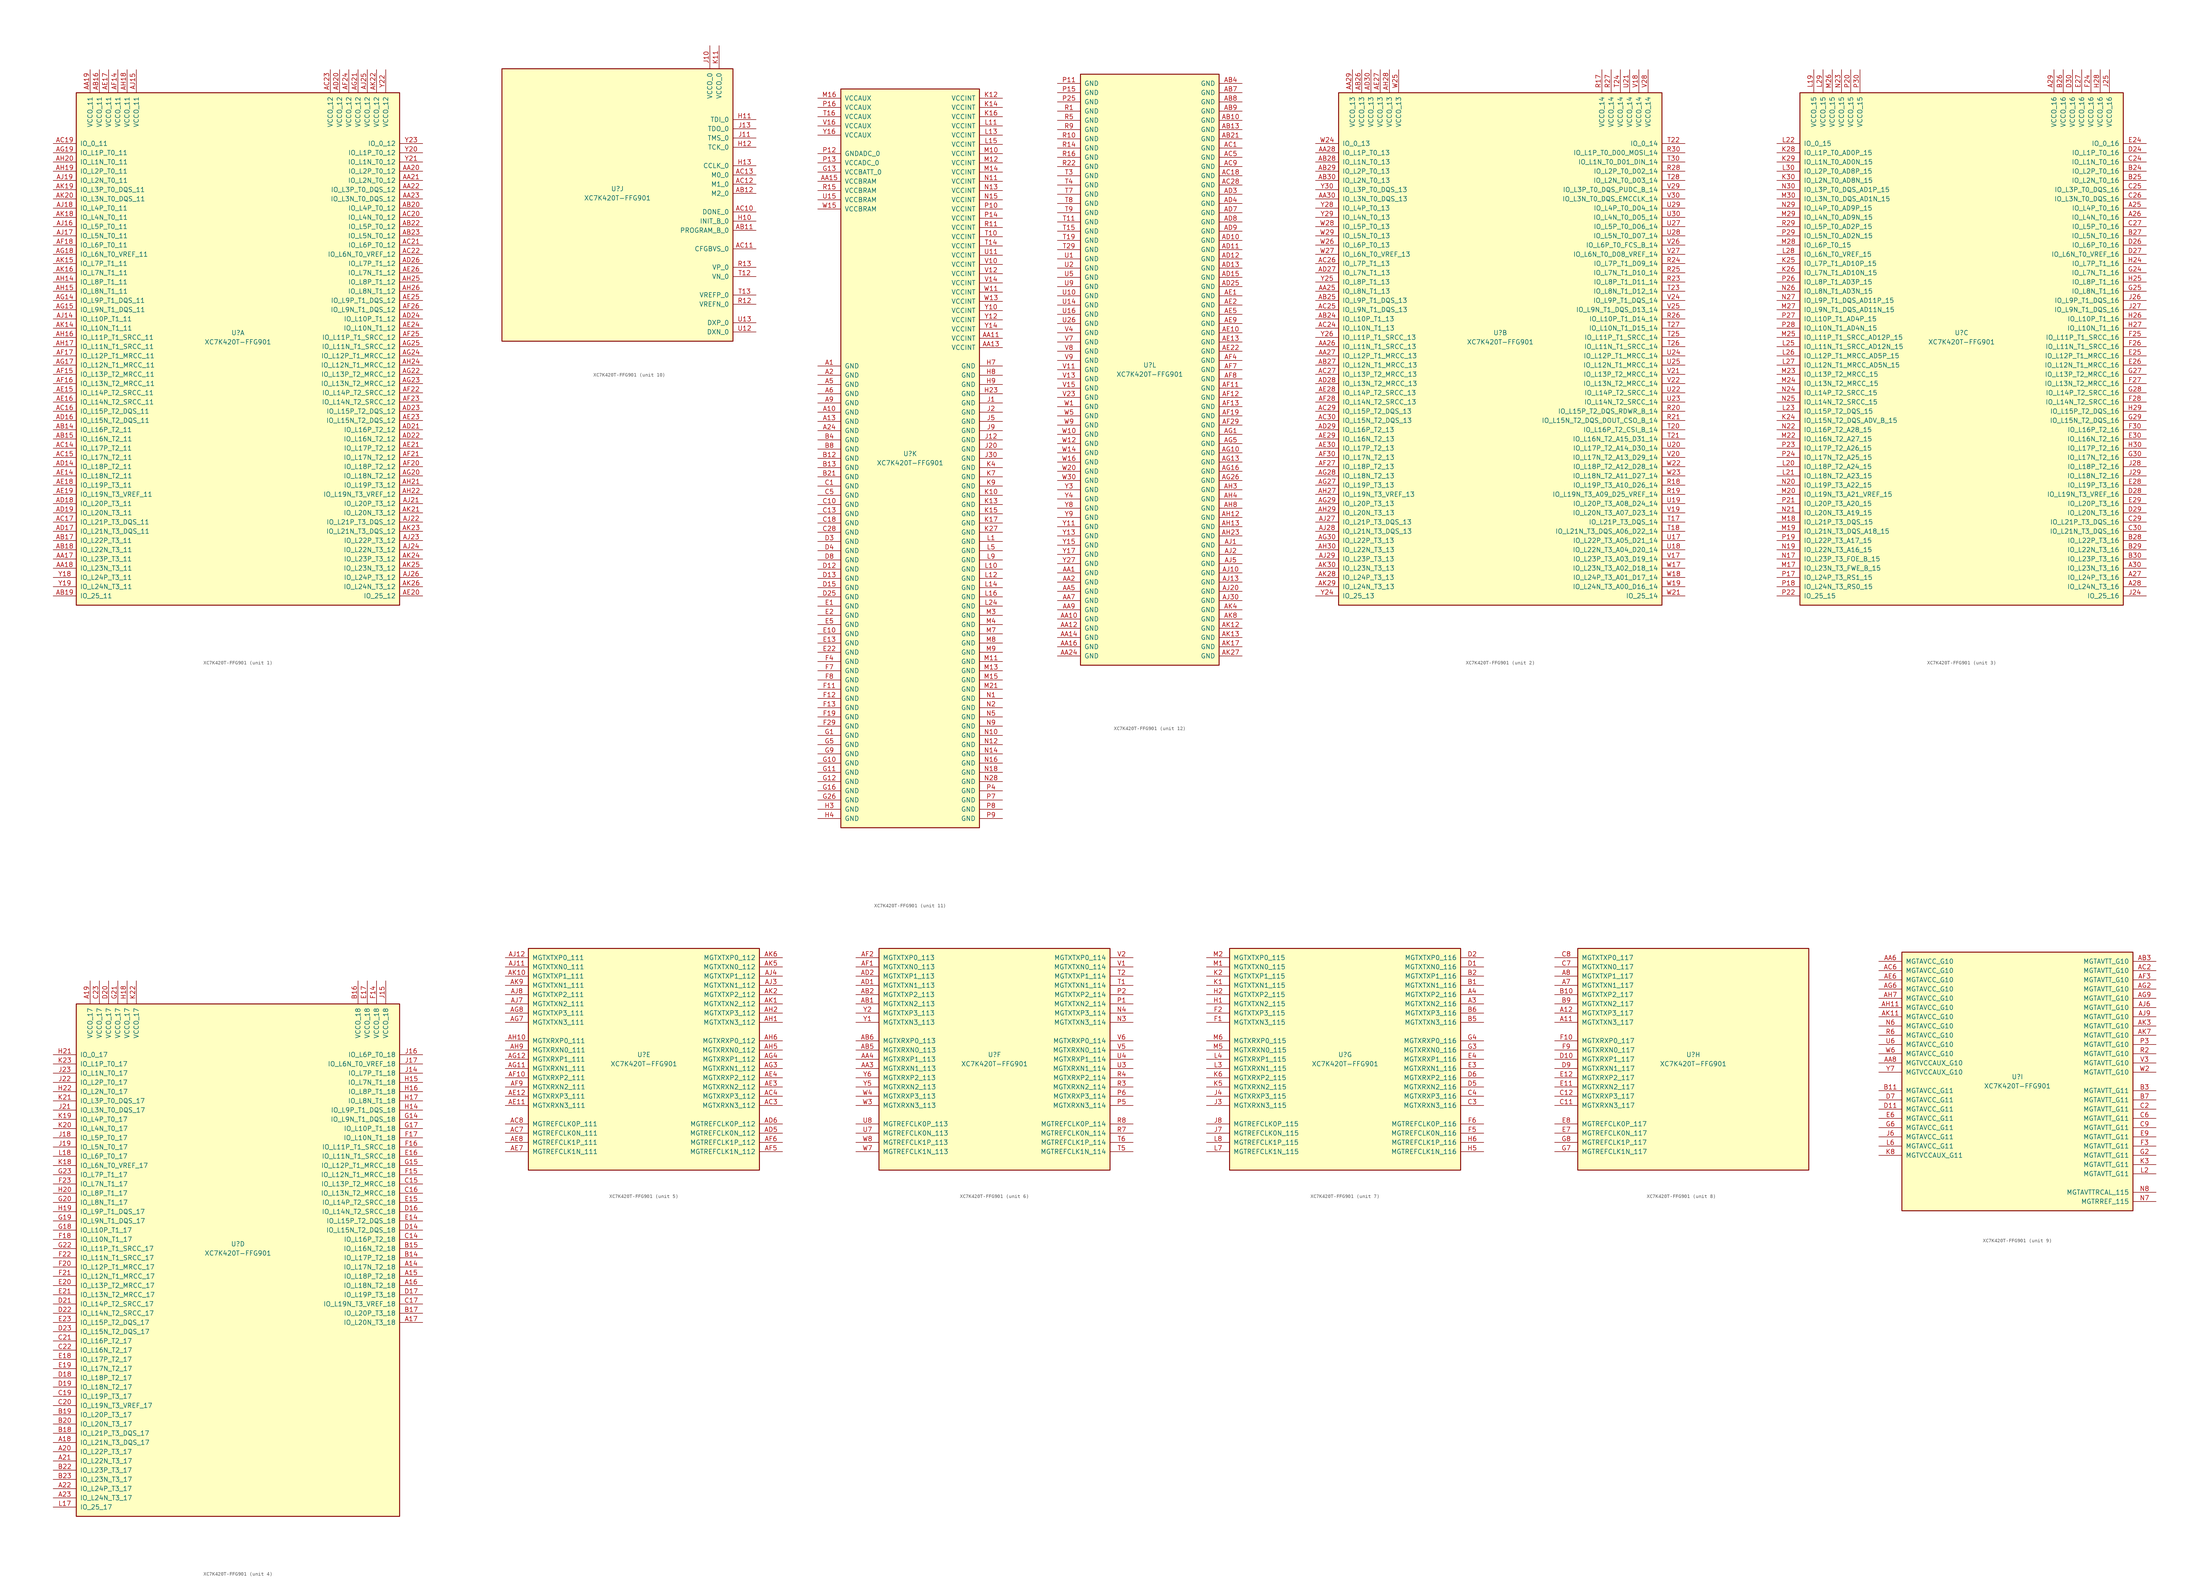
<source format=kicad_sym>
(kicad_symbol_lib
  (version 20201005)
  (generator kicad_symbol_editor)
  (symbol "XC7K420T-FFG901"
    (pin_names
      (offset 1.016))
    (property "Reference" "U"
      (at 0 1.27 0)
      (effects (font (size 1.27 1.27))))
    (property "Value" "XC7K420T-FFG901"
      (at 0 -1.27 0)
      (effects (font (size 1.27 1.27))))
    (property "Datasheet" ""
      (at 0 0 0)
      (effects (font (size 1.27 1.27))))
    (property "ki_locked" ""
      (at 0 0 0)
      (effects (font (size 1.27 1.27))))
    (symbol "XC7K420T-FFG901_1_1"
      (rectangle (start -44.45 67.31) (end 44.45 -73.66) (stroke (width 0.254)) (fill (type background)))
      (pin bidirectional line (at -50.8 -60.96 0) (length 6.35) (name "IO_L23P_T3_11" (effects (font (size 1.27 1.27)))) (number "AA17" (effects (font (size 1.27 1.27)))))
      (pin bidirectional line (at -50.8 -63.5 0) (length 6.35) (name "IO_L23N_T3_11" (effects (font (size 1.27 1.27)))) (number "AA18" (effects (font (size 1.27 1.27)))))
      (pin power_in line (at -40.64 73.66 270) (length 6.35) (name "VCCO_11" (effects (font (size 1.27 1.27)))) (number "AA19" (effects (font (size 1.27 1.27)))))
      (pin bidirectional line (at 50.8 45.72 180) (length 6.35) (name "IO_L2P_T0_12" (effects (font (size 1.27 1.27)))) (number "AA20" (effects (font (size 1.27 1.27)))))
      (pin bidirectional line (at 50.8 43.18 180) (length 6.35) (name "IO_L2N_T0_12" (effects (font (size 1.27 1.27)))) (number "AA21" (effects (font (size 1.27 1.27)))))
      (pin bidirectional line (at 50.8 40.64 180) (length 6.35) (name "IO_L3P_T0_DQS_12" (effects (font (size 1.27 1.27)))) (number "AA22" (effects (font (size 1.27 1.27)))))
      (pin bidirectional line (at 50.8 38.1 180) (length 6.35) (name "IO_L3N_T0_DQS_12" (effects (font (size 1.27 1.27)))) (number "AA23" (effects (font (size 1.27 1.27)))))
      (pin bidirectional line (at -50.8 -25.4 0) (length 6.35) (name "IO_L16P_T2_11" (effects (font (size 1.27 1.27)))) (number "AB14" (effects (font (size 1.27 1.27)))))
      (pin bidirectional line (at -50.8 -27.94 0) (length 6.35) (name "IO_L16N_T2_11" (effects (font (size 1.27 1.27)))) (number "AB15" (effects (font (size 1.27 1.27)))))
      (pin power_in line (at -38.1 73.66 270) (length 6.35) (name "VCCO_11" (effects (font (size 1.27 1.27)))) (number "AB16" (effects (font (size 1.27 1.27)))))
      (pin bidirectional line (at -50.8 -55.88 0) (length 6.35) (name "IO_L22P_T3_11" (effects (font (size 1.27 1.27)))) (number "AB17" (effects (font (size 1.27 1.27)))))
      (pin bidirectional line (at -50.8 -58.42 0) (length 6.35) (name "IO_L22N_T3_11" (effects (font (size 1.27 1.27)))) (number "AB18" (effects (font (size 1.27 1.27)))))
      (pin bidirectional line (at -50.8 -71.12 0) (length 6.35) (name "IO_25_11" (effects (font (size 1.27 1.27)))) (number "AB19" (effects (font (size 1.27 1.27)))))
      (pin bidirectional line (at 50.8 35.56 180) (length 6.35) (name "IO_L4P_T0_12" (effects (font (size 1.27 1.27)))) (number "AB20" (effects (font (size 1.27 1.27)))))
      (pin bidirectional line (at 50.8 30.48 180) (length 6.35) (name "IO_L5P_T0_12" (effects (font (size 1.27 1.27)))) (number "AB22" (effects (font (size 1.27 1.27)))))
      (pin bidirectional line (at 50.8 27.94 180) (length 6.35) (name "IO_L5N_T0_12" (effects (font (size 1.27 1.27)))) (number "AB23" (effects (font (size 1.27 1.27)))))
      (pin bidirectional line (at -50.8 -30.48 0) (length 6.35) (name "IO_L17P_T2_11" (effects (font (size 1.27 1.27)))) (number "AC14" (effects (font (size 1.27 1.27)))))
      (pin bidirectional line (at -50.8 -33.02 0) (length 6.35) (name "IO_L17N_T2_11" (effects (font (size 1.27 1.27)))) (number "AC15" (effects (font (size 1.27 1.27)))))
      (pin bidirectional line (at -50.8 -20.32 0) (length 6.35) (name "IO_L15P_T2_DQS_11" (effects (font (size 1.27 1.27)))) (number "AC16" (effects (font (size 1.27 1.27)))))
      (pin bidirectional line (at -50.8 -50.8 0) (length 6.35) (name "IO_L21P_T3_DQS_11" (effects (font (size 1.27 1.27)))) (number "AC17" (effects (font (size 1.27 1.27)))))
      (pin bidirectional line (at -50.8 53.34 0) (length 6.35) (name "IO_0_11" (effects (font (size 1.27 1.27)))) (number "AC19" (effects (font (size 1.27 1.27)))))
      (pin bidirectional line (at 50.8 33.02 180) (length 6.35) (name "IO_L4N_T0_12" (effects (font (size 1.27 1.27)))) (number "AC20" (effects (font (size 1.27 1.27)))))
      (pin bidirectional line (at 50.8 25.4 180) (length 6.35) (name "IO_L6P_T0_12" (effects (font (size 1.27 1.27)))) (number "AC21" (effects (font (size 1.27 1.27)))))
      (pin bidirectional line (at 50.8 22.86 180) (length 6.35) (name "IO_L6N_T0_VREF_12" (effects (font (size 1.27 1.27)))) (number "AC22" (effects (font (size 1.27 1.27)))))
      (pin power_in line (at 25.4 73.66 270) (length 6.35) (name "VCCO_12" (effects (font (size 1.27 1.27)))) (number "AC23" (effects (font (size 1.27 1.27)))))
      (pin bidirectional line (at -50.8 -35.56 0) (length 6.35) (name "IO_L18P_T2_11" (effects (font (size 1.27 1.27)))) (number "AD14" (effects (font (size 1.27 1.27)))))
      (pin bidirectional line (at -50.8 -22.86 0) (length 6.35) (name "IO_L15N_T2_DQS_11" (effects (font (size 1.27 1.27)))) (number "AD16" (effects (font (size 1.27 1.27)))))
      (pin bidirectional line (at -50.8 -53.34 0) (length 6.35) (name "IO_L21N_T3_DQS_11" (effects (font (size 1.27 1.27)))) (number "AD17" (effects (font (size 1.27 1.27)))))
      (pin bidirectional line (at -50.8 -45.72 0) (length 6.35) (name "IO_L20P_T3_11" (effects (font (size 1.27 1.27)))) (number "AD18" (effects (font (size 1.27 1.27)))))
      (pin bidirectional line (at -50.8 -48.26 0) (length 6.35) (name "IO_L20N_T3_11" (effects (font (size 1.27 1.27)))) (number "AD19" (effects (font (size 1.27 1.27)))))
      (pin power_in line (at 27.94 73.66 270) (length 6.35) (name "VCCO_12" (effects (font (size 1.27 1.27)))) (number "AD20" (effects (font (size 1.27 1.27)))))
      (pin bidirectional line (at 50.8 -25.4 180) (length 6.35) (name "IO_L16P_T2_12" (effects (font (size 1.27 1.27)))) (number "AD21" (effects (font (size 1.27 1.27)))))
      (pin bidirectional line (at 50.8 -27.94 180) (length 6.35) (name "IO_L16N_T2_12" (effects (font (size 1.27 1.27)))) (number "AD22" (effects (font (size 1.27 1.27)))))
      (pin bidirectional line (at 50.8 -20.32 180) (length 6.35) (name "IO_L15P_T2_DQS_12" (effects (font (size 1.27 1.27)))) (number "AD23" (effects (font (size 1.27 1.27)))))
      (pin bidirectional line (at 50.8 5.08 180) (length 6.35) (name "IO_L10P_T1_12" (effects (font (size 1.27 1.27)))) (number "AD24" (effects (font (size 1.27 1.27)))))
      (pin bidirectional line (at 50.8 20.32 180) (length 6.35) (name "IO_L7P_T1_12" (effects (font (size 1.27 1.27)))) (number "AD26" (effects (font (size 1.27 1.27)))))
      (pin bidirectional line (at -50.8 -38.1 0) (length 6.35) (name "IO_L18N_T2_11" (effects (font (size 1.27 1.27)))) (number "AE14" (effects (font (size 1.27 1.27)))))
      (pin bidirectional line (at -50.8 -15.24 0) (length 6.35) (name "IO_L14P_T2_SRCC_11" (effects (font (size 1.27 1.27)))) (number "AE15" (effects (font (size 1.27 1.27)))))
      (pin bidirectional line (at -50.8 -17.78 0) (length 6.35) (name "IO_L14N_T2_SRCC_11" (effects (font (size 1.27 1.27)))) (number "AE16" (effects (font (size 1.27 1.27)))))
      (pin power_in line (at -35.56 73.66 270) (length 6.35) (name "VCCO_11" (effects (font (size 1.27 1.27)))) (number "AE17" (effects (font (size 1.27 1.27)))))
      (pin bidirectional line (at -50.8 -40.64 0) (length 6.35) (name "IO_L19P_T3_11" (effects (font (size 1.27 1.27)))) (number "AE18" (effects (font (size 1.27 1.27)))))
      (pin bidirectional line (at -50.8 -43.18 0) (length 6.35) (name "IO_L19N_T3_VREF_11" (effects (font (size 1.27 1.27)))) (number "AE19" (effects (font (size 1.27 1.27)))))
      (pin bidirectional line (at 50.8 -71.12 180) (length 6.35) (name "IO_25_12" (effects (font (size 1.27 1.27)))) (number "AE20" (effects (font (size 1.27 1.27)))))
      (pin bidirectional line (at 50.8 -30.48 180) (length 6.35) (name "IO_L17P_T2_12" (effects (font (size 1.27 1.27)))) (number "AE21" (effects (font (size 1.27 1.27)))))
      (pin bidirectional line (at 50.8 -22.86 180) (length 6.35) (name "IO_L15N_T2_DQS_12" (effects (font (size 1.27 1.27)))) (number "AE23" (effects (font (size 1.27 1.27)))))
      (pin bidirectional line (at 50.8 2.54 180) (length 6.35) (name "IO_L10N_T1_12" (effects (font (size 1.27 1.27)))) (number "AE24" (effects (font (size 1.27 1.27)))))
      (pin bidirectional line (at 50.8 10.16 180) (length 6.35) (name "IO_L9P_T1_DQS_12" (effects (font (size 1.27 1.27)))) (number "AE25" (effects (font (size 1.27 1.27)))))
      (pin bidirectional line (at 50.8 17.78 180) (length 6.35) (name "IO_L7N_T1_12" (effects (font (size 1.27 1.27)))) (number "AE26" (effects (font (size 1.27 1.27)))))
      (pin power_in line (at -33.02 73.66 270) (length 6.35) (name "VCCO_11" (effects (font (size 1.27 1.27)))) (number "AF14" (effects (font (size 1.27 1.27)))))
      (pin bidirectional line (at -50.8 -10.16 0) (length 6.35) (name "IO_L13P_T2_MRCC_11" (effects (font (size 1.27 1.27)))) (number "AF15" (effects (font (size 1.27 1.27)))))
      (pin bidirectional line (at -50.8 -12.7 0) (length 6.35) (name "IO_L13N_T2_MRCC_11" (effects (font (size 1.27 1.27)))) (number "AF16" (effects (font (size 1.27 1.27)))))
      (pin bidirectional line (at -50.8 -5.08 0) (length 6.35) (name "IO_L12P_T1_MRCC_11" (effects (font (size 1.27 1.27)))) (number "AF17" (effects (font (size 1.27 1.27)))))
      (pin bidirectional line (at -50.8 25.4 0) (length 6.35) (name "IO_L6P_T0_11" (effects (font (size 1.27 1.27)))) (number "AF18" (effects (font (size 1.27 1.27)))))
      (pin bidirectional line (at 50.8 -35.56 180) (length 6.35) (name "IO_L18P_T2_12" (effects (font (size 1.27 1.27)))) (number "AF20" (effects (font (size 1.27 1.27)))))
      (pin bidirectional line (at 50.8 -33.02 180) (length 6.35) (name "IO_L17N_T2_12" (effects (font (size 1.27 1.27)))) (number "AF21" (effects (font (size 1.27 1.27)))))
      (pin bidirectional line (at 50.8 -15.24 180) (length 6.35) (name "IO_L14P_T2_SRCC_12" (effects (font (size 1.27 1.27)))) (number "AF22" (effects (font (size 1.27 1.27)))))
      (pin bidirectional line (at 50.8 -17.78 180) (length 6.35) (name "IO_L14N_T2_SRCC_12" (effects (font (size 1.27 1.27)))) (number "AF23" (effects (font (size 1.27 1.27)))))
      (pin power_in line (at 30.48 73.66 270) (length 6.35) (name "VCCO_12" (effects (font (size 1.27 1.27)))) (number "AF24" (effects (font (size 1.27 1.27)))))
      (pin bidirectional line (at 50.8 0 180) (length 6.35) (name "IO_L11P_T1_SRCC_12" (effects (font (size 1.27 1.27)))) (number "AF25" (effects (font (size 1.27 1.27)))))
      (pin bidirectional line (at 50.8 7.62 180) (length 6.35) (name "IO_L9N_T1_DQS_12" (effects (font (size 1.27 1.27)))) (number "AF26" (effects (font (size 1.27 1.27)))))
      (pin bidirectional line (at -50.8 10.16 0) (length 6.35) (name "IO_L9P_T1_DQS_11" (effects (font (size 1.27 1.27)))) (number "AG14" (effects (font (size 1.27 1.27)))))
      (pin bidirectional line (at -50.8 7.62 0) (length 6.35) (name "IO_L9N_T1_DQS_11" (effects (font (size 1.27 1.27)))) (number "AG15" (effects (font (size 1.27 1.27)))))
      (pin bidirectional line (at -50.8 -7.62 0) (length 6.35) (name "IO_L12N_T1_MRCC_11" (effects (font (size 1.27 1.27)))) (number "AG17" (effects (font (size 1.27 1.27)))))
      (pin bidirectional line (at -50.8 22.86 0) (length 6.35) (name "IO_L6N_T0_VREF_11" (effects (font (size 1.27 1.27)))) (number "AG18" (effects (font (size 1.27 1.27)))))
      (pin bidirectional line (at -50.8 50.8 0) (length 6.35) (name "IO_L1P_T0_11" (effects (font (size 1.27 1.27)))) (number "AG19" (effects (font (size 1.27 1.27)))))
      (pin bidirectional line (at 50.8 -38.1 180) (length 6.35) (name "IO_L18N_T2_12" (effects (font (size 1.27 1.27)))) (number "AG20" (effects (font (size 1.27 1.27)))))
      (pin power_in line (at 33.02 73.66 270) (length 6.35) (name "VCCO_12" (effects (font (size 1.27 1.27)))) (number "AG21" (effects (font (size 1.27 1.27)))))
      (pin bidirectional line (at 50.8 -10.16 180) (length 6.35) (name "IO_L13P_T2_MRCC_12" (effects (font (size 1.27 1.27)))) (number "AG22" (effects (font (size 1.27 1.27)))))
      (pin bidirectional line (at 50.8 -12.7 180) (length 6.35) (name "IO_L13N_T2_MRCC_12" (effects (font (size 1.27 1.27)))) (number "AG23" (effects (font (size 1.27 1.27)))))
      (pin bidirectional line (at 50.8 -5.08 180) (length 6.35) (name "IO_L12P_T1_MRCC_12" (effects (font (size 1.27 1.27)))) (number "AG24" (effects (font (size 1.27 1.27)))))
      (pin bidirectional line (at 50.8 -2.54 180) (length 6.35) (name "IO_L11N_T1_SRCC_12" (effects (font (size 1.27 1.27)))) (number "AG25" (effects (font (size 1.27 1.27)))))
      (pin bidirectional line (at -50.8 15.24 0) (length 6.35) (name "IO_L8P_T1_11" (effects (font (size 1.27 1.27)))) (number "AH14" (effects (font (size 1.27 1.27)))))
      (pin bidirectional line (at -50.8 12.7 0) (length 6.35) (name "IO_L8N_T1_11" (effects (font (size 1.27 1.27)))) (number "AH15" (effects (font (size 1.27 1.27)))))
      (pin bidirectional line (at -50.8 0 0) (length 6.35) (name "IO_L11P_T1_SRCC_11" (effects (font (size 1.27 1.27)))) (number "AH16" (effects (font (size 1.27 1.27)))))
      (pin bidirectional line (at -50.8 -2.54 0) (length 6.35) (name "IO_L11N_T1_SRCC_11" (effects (font (size 1.27 1.27)))) (number "AH17" (effects (font (size 1.27 1.27)))))
      (pin power_in line (at -30.48 73.66 270) (length 6.35) (name "VCCO_11" (effects (font (size 1.27 1.27)))) (number "AH18" (effects (font (size 1.27 1.27)))))
      (pin bidirectional line (at -50.8 45.72 0) (length 6.35) (name "IO_L2P_T0_11" (effects (font (size 1.27 1.27)))) (number "AH19" (effects (font (size 1.27 1.27)))))
      (pin bidirectional line (at -50.8 48.26 0) (length 6.35) (name "IO_L1N_T0_11" (effects (font (size 1.27 1.27)))) (number "AH20" (effects (font (size 1.27 1.27)))))
      (pin bidirectional line (at 50.8 -40.64 180) (length 6.35) (name "IO_L19P_T3_12" (effects (font (size 1.27 1.27)))) (number "AH21" (effects (font (size 1.27 1.27)))))
      (pin bidirectional line (at 50.8 -43.18 180) (length 6.35) (name "IO_L19N_T3_VREF_12" (effects (font (size 1.27 1.27)))) (number "AH22" (effects (font (size 1.27 1.27)))))
      (pin bidirectional line (at 50.8 -7.62 180) (length 6.35) (name "IO_L12N_T1_MRCC_12" (effects (font (size 1.27 1.27)))) (number "AH24" (effects (font (size 1.27 1.27)))))
      (pin bidirectional line (at 50.8 15.24 180) (length 6.35) (name "IO_L8P_T1_12" (effects (font (size 1.27 1.27)))) (number "AH25" (effects (font (size 1.27 1.27)))))
      (pin bidirectional line (at 50.8 12.7 180) (length 6.35) (name "IO_L8N_T1_12" (effects (font (size 1.27 1.27)))) (number "AH26" (effects (font (size 1.27 1.27)))))
      (pin bidirectional line (at -50.8 5.08 0) (length 6.35) (name "IO_L10P_T1_11" (effects (font (size 1.27 1.27)))) (number "AJ14" (effects (font (size 1.27 1.27)))))
      (pin power_in line (at -27.94 73.66 270) (length 6.35) (name "VCCO_11" (effects (font (size 1.27 1.27)))) (number "AJ15" (effects (font (size 1.27 1.27)))))
      (pin bidirectional line (at -50.8 30.48 0) (length 6.35) (name "IO_L5P_T0_11" (effects (font (size 1.27 1.27)))) (number "AJ16" (effects (font (size 1.27 1.27)))))
      (pin bidirectional line (at -50.8 27.94 0) (length 6.35) (name "IO_L5N_T0_11" (effects (font (size 1.27 1.27)))) (number "AJ17" (effects (font (size 1.27 1.27)))))
      (pin bidirectional line (at -50.8 35.56 0) (length 6.35) (name "IO_L4P_T0_11" (effects (font (size 1.27 1.27)))) (number "AJ18" (effects (font (size 1.27 1.27)))))
      (pin bidirectional line (at -50.8 43.18 0) (length 6.35) (name "IO_L2N_T0_11" (effects (font (size 1.27 1.27)))) (number "AJ19" (effects (font (size 1.27 1.27)))))
      (pin bidirectional line (at 50.8 -45.72 180) (length 6.35) (name "IO_L20P_T3_12" (effects (font (size 1.27 1.27)))) (number "AJ21" (effects (font (size 1.27 1.27)))))
      (pin bidirectional line (at 50.8 -50.8 180) (length 6.35) (name "IO_L21P_T3_DQS_12" (effects (font (size 1.27 1.27)))) (number "AJ22" (effects (font (size 1.27 1.27)))))
      (pin bidirectional line (at 50.8 -55.88 180) (length 6.35) (name "IO_L22P_T3_12" (effects (font (size 1.27 1.27)))) (number "AJ23" (effects (font (size 1.27 1.27)))))
      (pin bidirectional line (at 50.8 -58.42 180) (length 6.35) (name "IO_L22N_T3_12" (effects (font (size 1.27 1.27)))) (number "AJ24" (effects (font (size 1.27 1.27)))))
      (pin power_in line (at 35.56 73.66 270) (length 6.35) (name "VCCO_12" (effects (font (size 1.27 1.27)))) (number "AJ25" (effects (font (size 1.27 1.27)))))
      (pin bidirectional line (at 50.8 -66.04 180) (length 6.35) (name "IO_L24P_T3_12" (effects (font (size 1.27 1.27)))) (number "AJ26" (effects (font (size 1.27 1.27)))))
      (pin bidirectional line (at -50.8 2.54 0) (length 6.35) (name "IO_L10N_T1_11" (effects (font (size 1.27 1.27)))) (number "AK14" (effects (font (size 1.27 1.27)))))
      (pin bidirectional line (at -50.8 20.32 0) (length 6.35) (name "IO_L7P_T1_11" (effects (font (size 1.27 1.27)))) (number "AK15" (effects (font (size 1.27 1.27)))))
      (pin bidirectional line (at -50.8 17.78 0) (length 6.35) (name "IO_L7N_T1_11" (effects (font (size 1.27 1.27)))) (number "AK16" (effects (font (size 1.27 1.27)))))
      (pin bidirectional line (at -50.8 33.02 0) (length 6.35) (name "IO_L4N_T0_11" (effects (font (size 1.27 1.27)))) (number "AK18" (effects (font (size 1.27 1.27)))))
      (pin bidirectional line (at -50.8 40.64 0) (length 6.35) (name "IO_L3P_T0_DQS_11" (effects (font (size 1.27 1.27)))) (number "AK19" (effects (font (size 1.27 1.27)))))
      (pin bidirectional line (at -50.8 38.1 0) (length 6.35) (name "IO_L3N_T0_DQS_11" (effects (font (size 1.27 1.27)))) (number "AK20" (effects (font (size 1.27 1.27)))))
      (pin bidirectional line (at 50.8 -48.26 180) (length 6.35) (name "IO_L20N_T3_12" (effects (font (size 1.27 1.27)))) (number "AK21" (effects (font (size 1.27 1.27)))))
      (pin power_in line (at 38.1 73.66 270) (length 6.35) (name "VCCO_12" (effects (font (size 1.27 1.27)))) (number "AK22" (effects (font (size 1.27 1.27)))))
      (pin bidirectional line (at 50.8 -53.34 180) (length 6.35) (name "IO_L21N_T3_DQS_12" (effects (font (size 1.27 1.27)))) (number "AK23" (effects (font (size 1.27 1.27)))))
      (pin bidirectional line (at 50.8 -60.96 180) (length 6.35) (name "IO_L23P_T3_12" (effects (font (size 1.27 1.27)))) (number "AK24" (effects (font (size 1.27 1.27)))))
      (pin bidirectional line (at 50.8 -63.5 180) (length 6.35) (name "IO_L23N_T3_12" (effects (font (size 1.27 1.27)))) (number "AK25" (effects (font (size 1.27 1.27)))))
      (pin bidirectional line (at 50.8 -68.58 180) (length 6.35) (name "IO_L24N_T3_12" (effects (font (size 1.27 1.27)))) (number "AK26" (effects (font (size 1.27 1.27)))))
      (pin bidirectional line (at -50.8 -66.04 0) (length 6.35) (name "IO_L24P_T3_11" (effects (font (size 1.27 1.27)))) (number "Y18" (effects (font (size 1.27 1.27)))))
      (pin bidirectional line (at -50.8 -68.58 0) (length 6.35) (name "IO_L24N_T3_11" (effects (font (size 1.27 1.27)))) (number "Y19" (effects (font (size 1.27 1.27)))))
      (pin bidirectional line (at 50.8 50.8 180) (length 6.35) (name "IO_L1P_T0_12" (effects (font (size 1.27 1.27)))) (number "Y20" (effects (font (size 1.27 1.27)))))
      (pin bidirectional line (at 50.8 48.26 180) (length 6.35) (name "IO_L1N_T0_12" (effects (font (size 1.27 1.27)))) (number "Y21" (effects (font (size 1.27 1.27)))))
      (pin power_in line (at 40.64 73.66 270) (length 6.35) (name "VCCO_12" (effects (font (size 1.27 1.27)))) (number "Y22" (effects (font (size 1.27 1.27)))))
      (pin bidirectional line (at 50.8 53.34 180) (length 6.35) (name "IO_0_12" (effects (font (size 1.27 1.27)))) (number "Y23" (effects (font (size 1.27 1.27))))))
    (symbol "XC7K420T-FFG901_2_1"
      (rectangle (start -44.45 67.31) (end 44.45 -73.66) (stroke (width 0.254)) (fill (type background)))
      (pin bidirectional line (at -50.8 12.7 0) (length 6.35) (name "IO_L8N_T1_13" (effects (font (size 1.27 1.27)))) (number "AA25" (effects (font (size 1.27 1.27)))))
      (pin bidirectional line (at -50.8 -2.54 0) (length 6.35) (name "IO_L11N_T1_SRCC_13" (effects (font (size 1.27 1.27)))) (number "AA26" (effects (font (size 1.27 1.27)))))
      (pin bidirectional line (at -50.8 -5.08 0) (length 6.35) (name "IO_L12P_T1_MRCC_13" (effects (font (size 1.27 1.27)))) (number "AA27" (effects (font (size 1.27 1.27)))))
      (pin bidirectional line (at -50.8 50.8 0) (length 6.35) (name "IO_L1P_T0_13" (effects (font (size 1.27 1.27)))) (number "AA28" (effects (font (size 1.27 1.27)))))
      (pin power_in line (at -40.64 73.66 270) (length 6.35) (name "VCCO_13" (effects (font (size 1.27 1.27)))) (number "AA29" (effects (font (size 1.27 1.27)))))
      (pin bidirectional line (at -50.8 38.1 0) (length 6.35) (name "IO_L3N_T0_DQS_13" (effects (font (size 1.27 1.27)))) (number "AA30" (effects (font (size 1.27 1.27)))))
      (pin bidirectional line (at -50.8 5.08 0) (length 6.35) (name "IO_L10P_T1_13" (effects (font (size 1.27 1.27)))) (number "AB24" (effects (font (size 1.27 1.27)))))
      (pin bidirectional line (at -50.8 10.16 0) (length 6.35) (name "IO_L9P_T1_DQS_13" (effects (font (size 1.27 1.27)))) (number "AB25" (effects (font (size 1.27 1.27)))))
      (pin power_in line (at -38.1 73.66 270) (length 6.35) (name "VCCO_13" (effects (font (size 1.27 1.27)))) (number "AB26" (effects (font (size 1.27 1.27)))))
      (pin bidirectional line (at -50.8 -7.62 0) (length 6.35) (name "IO_L12N_T1_MRCC_13" (effects (font (size 1.27 1.27)))) (number "AB27" (effects (font (size 1.27 1.27)))))
      (pin bidirectional line (at -50.8 48.26 0) (length 6.35) (name "IO_L1N_T0_13" (effects (font (size 1.27 1.27)))) (number "AB28" (effects (font (size 1.27 1.27)))))
      (pin bidirectional line (at -50.8 45.72 0) (length 6.35) (name "IO_L2P_T0_13" (effects (font (size 1.27 1.27)))) (number "AB29" (effects (font (size 1.27 1.27)))))
      (pin bidirectional line (at -50.8 43.18 0) (length 6.35) (name "IO_L2N_T0_13" (effects (font (size 1.27 1.27)))) (number "AB30" (effects (font (size 1.27 1.27)))))
      (pin bidirectional line (at -50.8 2.54 0) (length 6.35) (name "IO_L10N_T1_13" (effects (font (size 1.27 1.27)))) (number "AC24" (effects (font (size 1.27 1.27)))))
      (pin bidirectional line (at -50.8 7.62 0) (length 6.35) (name "IO_L9N_T1_DQS_13" (effects (font (size 1.27 1.27)))) (number "AC25" (effects (font (size 1.27 1.27)))))
      (pin bidirectional line (at -50.8 20.32 0) (length 6.35) (name "IO_L7P_T1_13" (effects (font (size 1.27 1.27)))) (number "AC26" (effects (font (size 1.27 1.27)))))
      (pin bidirectional line (at -50.8 -10.16 0) (length 6.35) (name "IO_L13P_T2_MRCC_13" (effects (font (size 1.27 1.27)))) (number "AC27" (effects (font (size 1.27 1.27)))))
      (pin bidirectional line (at -50.8 -20.32 0) (length 6.35) (name "IO_L15P_T2_DQS_13" (effects (font (size 1.27 1.27)))) (number "AC29" (effects (font (size 1.27 1.27)))))
      (pin bidirectional line (at -50.8 -22.86 0) (length 6.35) (name "IO_L15N_T2_DQS_13" (effects (font (size 1.27 1.27)))) (number "AC30" (effects (font (size 1.27 1.27)))))
      (pin bidirectional line (at -50.8 17.78 0) (length 6.35) (name "IO_L7N_T1_13" (effects (font (size 1.27 1.27)))) (number "AD27" (effects (font (size 1.27 1.27)))))
      (pin bidirectional line (at -50.8 -12.7 0) (length 6.35) (name "IO_L13N_T2_MRCC_13" (effects (font (size 1.27 1.27)))) (number "AD28" (effects (font (size 1.27 1.27)))))
      (pin bidirectional line (at -50.8 -25.4 0) (length 6.35) (name "IO_L16P_T2_13" (effects (font (size 1.27 1.27)))) (number "AD29" (effects (font (size 1.27 1.27)))))
      (pin power_in line (at -35.56 73.66 270) (length 6.35) (name "VCCO_13" (effects (font (size 1.27 1.27)))) (number "AD30" (effects (font (size 1.27 1.27)))))
      (pin power_in line (at -33.02 73.66 270) (length 6.35) (name "VCCO_13" (effects (font (size 1.27 1.27)))) (number "AE27" (effects (font (size 1.27 1.27)))))
      (pin bidirectional line (at -50.8 -15.24 0) (length 6.35) (name "IO_L14P_T2_SRCC_13" (effects (font (size 1.27 1.27)))) (number "AE28" (effects (font (size 1.27 1.27)))))
      (pin bidirectional line (at -50.8 -27.94 0) (length 6.35) (name "IO_L16N_T2_13" (effects (font (size 1.27 1.27)))) (number "AE29" (effects (font (size 1.27 1.27)))))
      (pin bidirectional line (at -50.8 -30.48 0) (length 6.35) (name "IO_L17P_T2_13" (effects (font (size 1.27 1.27)))) (number "AE30" (effects (font (size 1.27 1.27)))))
      (pin bidirectional line (at -50.8 -35.56 0) (length 6.35) (name "IO_L18P_T2_13" (effects (font (size 1.27 1.27)))) (number "AF27" (effects (font (size 1.27 1.27)))))
      (pin bidirectional line (at -50.8 -17.78 0) (length 6.35) (name "IO_L14N_T2_SRCC_13" (effects (font (size 1.27 1.27)))) (number "AF28" (effects (font (size 1.27 1.27)))))
      (pin bidirectional line (at -50.8 -33.02 0) (length 6.35) (name "IO_L17N_T2_13" (effects (font (size 1.27 1.27)))) (number "AF30" (effects (font (size 1.27 1.27)))))
      (pin bidirectional line (at -50.8 -40.64 0) (length 6.35) (name "IO_L19P_T3_13" (effects (font (size 1.27 1.27)))) (number "AG27" (effects (font (size 1.27 1.27)))))
      (pin bidirectional line (at -50.8 -38.1 0) (length 6.35) (name "IO_L18N_T2_13" (effects (font (size 1.27 1.27)))) (number "AG28" (effects (font (size 1.27 1.27)))))
      (pin bidirectional line (at -50.8 -45.72 0) (length 6.35) (name "IO_L20P_T3_13" (effects (font (size 1.27 1.27)))) (number "AG29" (effects (font (size 1.27 1.27)))))
      (pin bidirectional line (at -50.8 -55.88 0) (length 6.35) (name "IO_L22P_T3_13" (effects (font (size 1.27 1.27)))) (number "AG30" (effects (font (size 1.27 1.27)))))
      (pin bidirectional line (at -50.8 -43.18 0) (length 6.35) (name "IO_L19N_T3_VREF_13" (effects (font (size 1.27 1.27)))) (number "AH27" (effects (font (size 1.27 1.27)))))
      (pin power_in line (at -30.48 73.66 270) (length 6.35) (name "VCCO_13" (effects (font (size 1.27 1.27)))) (number "AH28" (effects (font (size 1.27 1.27)))))
      (pin bidirectional line (at -50.8 -48.26 0) (length 6.35) (name "IO_L20N_T3_13" (effects (font (size 1.27 1.27)))) (number "AH29" (effects (font (size 1.27 1.27)))))
      (pin bidirectional line (at -50.8 -58.42 0) (length 6.35) (name "IO_L22N_T3_13" (effects (font (size 1.27 1.27)))) (number "AH30" (effects (font (size 1.27 1.27)))))
      (pin bidirectional line (at -50.8 -50.8 0) (length 6.35) (name "IO_L21P_T3_DQS_13" (effects (font (size 1.27 1.27)))) (number "AJ27" (effects (font (size 1.27 1.27)))))
      (pin bidirectional line (at -50.8 -53.34 0) (length 6.35) (name "IO_L21N_T3_DQS_13" (effects (font (size 1.27 1.27)))) (number "AJ28" (effects (font (size 1.27 1.27)))))
      (pin bidirectional line (at -50.8 -60.96 0) (length 6.35) (name "IO_L23P_T3_13" (effects (font (size 1.27 1.27)))) (number "AJ29" (effects (font (size 1.27 1.27)))))
      (pin bidirectional line (at -50.8 -66.04 0) (length 6.35) (name "IO_L24P_T3_13" (effects (font (size 1.27 1.27)))) (number "AK28" (effects (font (size 1.27 1.27)))))
      (pin bidirectional line (at -50.8 -68.58 0) (length 6.35) (name "IO_L24N_T3_13" (effects (font (size 1.27 1.27)))) (number "AK29" (effects (font (size 1.27 1.27)))))
      (pin bidirectional line (at -50.8 -63.5 0) (length 6.35) (name "IO_L23N_T3_13" (effects (font (size 1.27 1.27)))) (number "AK30" (effects (font (size 1.27 1.27)))))
      (pin power_in line (at 27.94 73.66 270) (length 6.35) (name "VCCO_14" (effects (font (size 1.27 1.27)))) (number "R17" (effects (font (size 1.27 1.27)))))
      (pin bidirectional line (at 50.8 -40.64 180) (length 6.35) (name "IO_L19P_T3_A10_D26_14" (effects (font (size 1.27 1.27)))) (number "R18" (effects (font (size 1.27 1.27)))))
      (pin bidirectional line (at 50.8 -43.18 180) (length 6.35) (name "IO_L19N_T3_A09_D25_VREF_14" (effects (font (size 1.27 1.27)))) (number "R19" (effects (font (size 1.27 1.27)))))
      (pin bidirectional line (at 50.8 -20.32 180) (length 6.35) (name "IO_L15P_T2_DQS_RDWR_B_14" (effects (font (size 1.27 1.27)))) (number "R20" (effects (font (size 1.27 1.27)))))
      (pin bidirectional line (at 50.8 -22.86 180) (length 6.35) (name "IO_L15N_T2_DQS_DOUT_CSO_B_14" (effects (font (size 1.27 1.27)))) (number "R21" (effects (font (size 1.27 1.27)))))
      (pin bidirectional line (at 50.8 15.24 180) (length 6.35) (name "IO_L8P_T1_D11_14" (effects (font (size 1.27 1.27)))) (number "R23" (effects (font (size 1.27 1.27)))))
      (pin bidirectional line (at 50.8 20.32 180) (length 6.35) (name "IO_L7P_T1_D09_14" (effects (font (size 1.27 1.27)))) (number "R24" (effects (font (size 1.27 1.27)))))
      (pin bidirectional line (at 50.8 17.78 180) (length 6.35) (name "IO_L7N_T1_D10_14" (effects (font (size 1.27 1.27)))) (number "R25" (effects (font (size 1.27 1.27)))))
      (pin bidirectional line (at 50.8 5.08 180) (length 6.35) (name "IO_L10P_T1_D14_14" (effects (font (size 1.27 1.27)))) (number "R26" (effects (font (size 1.27 1.27)))))
      (pin power_in line (at 30.48 73.66 270) (length 6.35) (name "VCCO_14" (effects (font (size 1.27 1.27)))) (number "R27" (effects (font (size 1.27 1.27)))))
      (pin bidirectional line (at 50.8 45.72 180) (length 6.35) (name "IO_L2P_T0_D02_14" (effects (font (size 1.27 1.27)))) (number "R28" (effects (font (size 1.27 1.27)))))
      (pin bidirectional line (at 50.8 50.8 180) (length 6.35) (name "IO_L1P_T0_D00_MOSI_14" (effects (font (size 1.27 1.27)))) (number "R30" (effects (font (size 1.27 1.27)))))
      (pin bidirectional line (at 50.8 -50.8 180) (length 6.35) (name "IO_L21P_T3_DQS_14" (effects (font (size 1.27 1.27)))) (number "T17" (effects (font (size 1.27 1.27)))))
      (pin bidirectional line (at 50.8 -53.34 180) (length 6.35) (name "IO_L21N_T3_DQS_A06_D22_14" (effects (font (size 1.27 1.27)))) (number "T18" (effects (font (size 1.27 1.27)))))
      (pin bidirectional line (at 50.8 -25.4 180) (length 6.35) (name "IO_L16P_T2_CSI_B_14" (effects (font (size 1.27 1.27)))) (number "T20" (effects (font (size 1.27 1.27)))))
      (pin bidirectional line (at 50.8 -27.94 180) (length 6.35) (name "IO_L16N_T2_A15_D31_14" (effects (font (size 1.27 1.27)))) (number "T21" (effects (font (size 1.27 1.27)))))
      (pin bidirectional line (at 50.8 53.34 180) (length 6.35) (name "IO_0_14" (effects (font (size 1.27 1.27)))) (number "T22" (effects (font (size 1.27 1.27)))))
      (pin bidirectional line (at 50.8 12.7 180) (length 6.35) (name "IO_L8N_T1_D12_14" (effects (font (size 1.27 1.27)))) (number "T23" (effects (font (size 1.27 1.27)))))
      (pin power_in line (at 33.02 73.66 270) (length 6.35) (name "VCCO_14" (effects (font (size 1.27 1.27)))) (number "T24" (effects (font (size 1.27 1.27)))))
      (pin bidirectional line (at 50.8 0 180) (length 6.35) (name "IO_L11P_T1_SRCC_14" (effects (font (size 1.27 1.27)))) (number "T25" (effects (font (size 1.27 1.27)))))
      (pin bidirectional line (at 50.8 -2.54 180) (length 6.35) (name "IO_L11N_T1_SRCC_14" (effects (font (size 1.27 1.27)))) (number "T26" (effects (font (size 1.27 1.27)))))
      (pin bidirectional line (at 50.8 2.54 180) (length 6.35) (name "IO_L10N_T1_D15_14" (effects (font (size 1.27 1.27)))) (number "T27" (effects (font (size 1.27 1.27)))))
      (pin bidirectional line (at 50.8 43.18 180) (length 6.35) (name "IO_L2N_T0_D03_14" (effects (font (size 1.27 1.27)))) (number "T28" (effects (font (size 1.27 1.27)))))
      (pin bidirectional line (at 50.8 48.26 180) (length 6.35) (name "IO_L1N_T0_D01_DIN_14" (effects (font (size 1.27 1.27)))) (number "T30" (effects (font (size 1.27 1.27)))))
      (pin bidirectional line (at 50.8 -55.88 180) (length 6.35) (name "IO_L22P_T3_A05_D21_14" (effects (font (size 1.27 1.27)))) (number "U17" (effects (font (size 1.27 1.27)))))
      (pin bidirectional line (at 50.8 -58.42 180) (length 6.35) (name "IO_L22N_T3_A04_D20_14" (effects (font (size 1.27 1.27)))) (number "U18" (effects (font (size 1.27 1.27)))))
      (pin bidirectional line (at 50.8 -45.72 180) (length 6.35) (name "IO_L20P_T3_A08_D24_14" (effects (font (size 1.27 1.27)))) (number "U19" (effects (font (size 1.27 1.27)))))
      (pin bidirectional line (at 50.8 -30.48 180) (length 6.35) (name "IO_L17P_T2_A14_D30_14" (effects (font (size 1.27 1.27)))) (number "U20" (effects (font (size 1.27 1.27)))))
      (pin power_in line (at 35.56 73.66 270) (length 6.35) (name "VCCO_14" (effects (font (size 1.27 1.27)))) (number "U21" (effects (font (size 1.27 1.27)))))
      (pin bidirectional line (at 50.8 -15.24 180) (length 6.35) (name "IO_L14P_T2_SRCC_14" (effects (font (size 1.27 1.27)))) (number "U22" (effects (font (size 1.27 1.27)))))
      (pin bidirectional line (at 50.8 -17.78 180) (length 6.35) (name "IO_L14N_T2_SRCC_14" (effects (font (size 1.27 1.27)))) (number "U23" (effects (font (size 1.27 1.27)))))
      (pin bidirectional line (at 50.8 -5.08 180) (length 6.35) (name "IO_L12P_T1_MRCC_14" (effects (font (size 1.27 1.27)))) (number "U24" (effects (font (size 1.27 1.27)))))
      (pin bidirectional line (at 50.8 -7.62 180) (length 6.35) (name "IO_L12N_T1_MRCC_14" (effects (font (size 1.27 1.27)))) (number "U25" (effects (font (size 1.27 1.27)))))
      (pin bidirectional line (at 50.8 30.48 180) (length 6.35) (name "IO_L5P_T0_D06_14" (effects (font (size 1.27 1.27)))) (number "U27" (effects (font (size 1.27 1.27)))))
      (pin bidirectional line (at 50.8 27.94 180) (length 6.35) (name "IO_L5N_T0_D07_14" (effects (font (size 1.27 1.27)))) (number "U28" (effects (font (size 1.27 1.27)))))
      (pin bidirectional line (at 50.8 35.56 180) (length 6.35) (name "IO_L4P_T0_D04_14" (effects (font (size 1.27 1.27)))) (number "U29" (effects (font (size 1.27 1.27)))))
      (pin bidirectional line (at 50.8 33.02 180) (length 6.35) (name "IO_L4N_T0_D05_14" (effects (font (size 1.27 1.27)))) (number "U30" (effects (font (size 1.27 1.27)))))
      (pin bidirectional line (at 50.8 -60.96 180) (length 6.35) (name "IO_L23P_T3_A03_D19_14" (effects (font (size 1.27 1.27)))) (number "V17" (effects (font (size 1.27 1.27)))))
      (pin power_in line (at 38.1 73.66 270) (length 6.35) (name "VCCO_14" (effects (font (size 1.27 1.27)))) (number "V18" (effects (font (size 1.27 1.27)))))
      (pin bidirectional line (at 50.8 -48.26 180) (length 6.35) (name "IO_L20N_T3_A07_D23_14" (effects (font (size 1.27 1.27)))) (number "V19" (effects (font (size 1.27 1.27)))))
      (pin bidirectional line (at 50.8 -33.02 180) (length 6.35) (name "IO_L17N_T2_A13_D29_14" (effects (font (size 1.27 1.27)))) (number "V20" (effects (font (size 1.27 1.27)))))
      (pin bidirectional line (at 50.8 -10.16 180) (length 6.35) (name "IO_L13P_T2_MRCC_14" (effects (font (size 1.27 1.27)))) (number "V21" (effects (font (size 1.27 1.27)))))
      (pin bidirectional line (at 50.8 -12.7 180) (length 6.35) (name "IO_L13N_T2_MRCC_14" (effects (font (size 1.27 1.27)))) (number "V22" (effects (font (size 1.27 1.27)))))
      (pin bidirectional line (at 50.8 10.16 180) (length 6.35) (name "IO_L9P_T1_DQS_14" (effects (font (size 1.27 1.27)))) (number "V24" (effects (font (size 1.27 1.27)))))
      (pin bidirectional line (at 50.8 7.62 180) (length 6.35) (name "IO_L9N_T1_DQS_D13_14" (effects (font (size 1.27 1.27)))) (number "V25" (effects (font (size 1.27 1.27)))))
      (pin bidirectional line (at 50.8 25.4 180) (length 6.35) (name "IO_L6P_T0_FCS_B_14" (effects (font (size 1.27 1.27)))) (number "V26" (effects (font (size 1.27 1.27)))))
      (pin bidirectional line (at 50.8 22.86 180) (length 6.35) (name "IO_L6N_T0_D08_VREF_14" (effects (font (size 1.27 1.27)))) (number "V27" (effects (font (size 1.27 1.27)))))
      (pin power_in line (at 40.64 73.66 270) (length 6.35) (name "VCCO_14" (effects (font (size 1.27 1.27)))) (number "V28" (effects (font (size 1.27 1.27)))))
      (pin bidirectional line (at 50.8 40.64 180) (length 6.35) (name "IO_L3P_T0_DQS_PUDC_B_14" (effects (font (size 1.27 1.27)))) (number "V29" (effects (font (size 1.27 1.27)))))
      (pin bidirectional line (at 50.8 38.1 180) (length 6.35) (name "IO_L3N_T0_DQS_EMCCLK_14" (effects (font (size 1.27 1.27)))) (number "V30" (effects (font (size 1.27 1.27)))))
      (pin bidirectional line (at 50.8 -63.5 180) (length 6.35) (name "IO_L23N_T3_A02_D18_14" (effects (font (size 1.27 1.27)))) (number "W17" (effects (font (size 1.27 1.27)))))
      (pin bidirectional line (at 50.8 -66.04 180) (length 6.35) (name "IO_L24P_T3_A01_D17_14" (effects (font (size 1.27 1.27)))) (number "W18" (effects (font (size 1.27 1.27)))))
      (pin bidirectional line (at 50.8 -68.58 180) (length 6.35) (name "IO_L24N_T3_A00_D16_14" (effects (font (size 1.27 1.27)))) (number "W19" (effects (font (size 1.27 1.27)))))
      (pin bidirectional line (at 50.8 -71.12 180) (length 6.35) (name "IO_25_14" (effects (font (size 1.27 1.27)))) (number "W21" (effects (font (size 1.27 1.27)))))
      (pin bidirectional line (at 50.8 -35.56 180) (length 6.35) (name "IO_L18P_T2_A12_D28_14" (effects (font (size 1.27 1.27)))) (number "W22" (effects (font (size 1.27 1.27)))))
      (pin bidirectional line (at 50.8 -38.1 180) (length 6.35) (name "IO_L18N_T2_A11_D27_14" (effects (font (size 1.27 1.27)))) (number "W23" (effects (font (size 1.27 1.27)))))
      (pin bidirectional line (at -50.8 53.34 0) (length 6.35) (name "IO_0_13" (effects (font (size 1.27 1.27)))) (number "W24" (effects (font (size 1.27 1.27)))))
      (pin power_in line (at -27.94 73.66 270) (length 6.35) (name "VCCO_13" (effects (font (size 1.27 1.27)))) (number "W25" (effects (font (size 1.27 1.27)))))
      (pin bidirectional line (at -50.8 25.4 0) (length 6.35) (name "IO_L6P_T0_13" (effects (font (size 1.27 1.27)))) (number "W26" (effects (font (size 1.27 1.27)))))
      (pin bidirectional line (at -50.8 22.86 0) (length 6.35) (name "IO_L6N_T0_VREF_13" (effects (font (size 1.27 1.27)))) (number "W27" (effects (font (size 1.27 1.27)))))
      (pin bidirectional line (at -50.8 30.48 0) (length 6.35) (name "IO_L5P_T0_13" (effects (font (size 1.27 1.27)))) (number "W28" (effects (font (size 1.27 1.27)))))
      (pin bidirectional line (at -50.8 27.94 0) (length 6.35) (name "IO_L5N_T0_13" (effects (font (size 1.27 1.27)))) (number "W29" (effects (font (size 1.27 1.27)))))
      (pin bidirectional line (at -50.8 -71.12 0) (length 6.35) (name "IO_25_13" (effects (font (size 1.27 1.27)))) (number "Y24" (effects (font (size 1.27 1.27)))))
      (pin bidirectional line (at -50.8 15.24 0) (length 6.35) (name "IO_L8P_T1_13" (effects (font (size 1.27 1.27)))) (number "Y25" (effects (font (size 1.27 1.27)))))
      (pin bidirectional line (at -50.8 0 0) (length 6.35) (name "IO_L11P_T1_SRCC_13" (effects (font (size 1.27 1.27)))) (number "Y26" (effects (font (size 1.27 1.27)))))
      (pin bidirectional line (at -50.8 35.56 0) (length 6.35) (name "IO_L4P_T0_13" (effects (font (size 1.27 1.27)))) (number "Y28" (effects (font (size 1.27 1.27)))))
      (pin bidirectional line (at -50.8 33.02 0) (length 6.35) (name "IO_L4N_T0_13" (effects (font (size 1.27 1.27)))) (number "Y29" (effects (font (size 1.27 1.27)))))
      (pin bidirectional line (at -50.8 40.64 0) (length 6.35) (name "IO_L3P_T0_DQS_13" (effects (font (size 1.27 1.27)))) (number "Y30" (effects (font (size 1.27 1.27))))))
    (symbol "XC7K420T-FFG901_3_1"
      (rectangle (start -44.45 67.31) (end 44.45 -73.66) (stroke (width 0.254)) (fill (type background)))
      (pin bidirectional line (at 50.8 35.56 180) (length 6.35) (name "IO_L4P_T0_16" (effects (font (size 1.27 1.27)))) (number "A25" (effects (font (size 1.27 1.27)))))
      (pin bidirectional line (at 50.8 33.02 180) (length 6.35) (name "IO_L4N_T0_16" (effects (font (size 1.27 1.27)))) (number "A26" (effects (font (size 1.27 1.27)))))
      (pin bidirectional line (at 50.8 -66.04 180) (length 6.35) (name "IO_L24P_T3_16" (effects (font (size 1.27 1.27)))) (number "A27" (effects (font (size 1.27 1.27)))))
      (pin bidirectional line (at 50.8 -68.58 180) (length 6.35) (name "IO_L24N_T3_16" (effects (font (size 1.27 1.27)))) (number "A28" (effects (font (size 1.27 1.27)))))
      (pin power_in line (at 25.4 73.66 270) (length 6.35) (name "VCCO_16" (effects (font (size 1.27 1.27)))) (number "A29" (effects (font (size 1.27 1.27)))))
      (pin bidirectional line (at 50.8 -63.5 180) (length 6.35) (name "IO_L23N_T3_16" (effects (font (size 1.27 1.27)))) (number "A30" (effects (font (size 1.27 1.27)))))
      (pin bidirectional line (at 50.8 45.72 180) (length 6.35) (name "IO_L2P_T0_16" (effects (font (size 1.27 1.27)))) (number "B24" (effects (font (size 1.27 1.27)))))
      (pin bidirectional line (at 50.8 43.18 180) (length 6.35) (name "IO_L2N_T0_16" (effects (font (size 1.27 1.27)))) (number "B25" (effects (font (size 1.27 1.27)))))
      (pin power_in line (at 27.94 73.66 270) (length 6.35) (name "VCCO_16" (effects (font (size 1.27 1.27)))) (number "B26" (effects (font (size 1.27 1.27)))))
      (pin bidirectional line (at 50.8 27.94 180) (length 6.35) (name "IO_L5N_T0_16" (effects (font (size 1.27 1.27)))) (number "B27" (effects (font (size 1.27 1.27)))))
      (pin bidirectional line (at 50.8 -55.88 180) (length 6.35) (name "IO_L22P_T3_16" (effects (font (size 1.27 1.27)))) (number "B28" (effects (font (size 1.27 1.27)))))
      (pin bidirectional line (at 50.8 -58.42 180) (length 6.35) (name "IO_L22N_T3_16" (effects (font (size 1.27 1.27)))) (number "B29" (effects (font (size 1.27 1.27)))))
      (pin bidirectional line (at 50.8 -60.96 180) (length 6.35) (name "IO_L23P_T3_16" (effects (font (size 1.27 1.27)))) (number "B30" (effects (font (size 1.27 1.27)))))
      (pin bidirectional line (at 50.8 48.26 180) (length 6.35) (name "IO_L1N_T0_16" (effects (font (size 1.27 1.27)))) (number "C24" (effects (font (size 1.27 1.27)))))
      (pin bidirectional line (at 50.8 40.64 180) (length 6.35) (name "IO_L3P_T0_DQS_16" (effects (font (size 1.27 1.27)))) (number "C25" (effects (font (size 1.27 1.27)))))
      (pin bidirectional line (at 50.8 38.1 180) (length 6.35) (name "IO_L3N_T0_DQS_16" (effects (font (size 1.27 1.27)))) (number "C26" (effects (font (size 1.27 1.27)))))
      (pin bidirectional line (at 50.8 30.48 180) (length 6.35) (name "IO_L5P_T0_16" (effects (font (size 1.27 1.27)))) (number "C27" (effects (font (size 1.27 1.27)))))
      (pin bidirectional line (at 50.8 -50.8 180) (length 6.35) (name "IO_L21P_T3_DQS_16" (effects (font (size 1.27 1.27)))) (number "C29" (effects (font (size 1.27 1.27)))))
      (pin bidirectional line (at 50.8 -53.34 180) (length 6.35) (name "IO_L21N_T3_DQS_16" (effects (font (size 1.27 1.27)))) (number "C30" (effects (font (size 1.27 1.27)))))
      (pin bidirectional line (at 50.8 50.8 180) (length 6.35) (name "IO_L1P_T0_16" (effects (font (size 1.27 1.27)))) (number "D24" (effects (font (size 1.27 1.27)))))
      (pin bidirectional line (at 50.8 25.4 180) (length 6.35) (name "IO_L6P_T0_16" (effects (font (size 1.27 1.27)))) (number "D26" (effects (font (size 1.27 1.27)))))
      (pin bidirectional line (at 50.8 22.86 180) (length 6.35) (name "IO_L6N_T0_VREF_16" (effects (font (size 1.27 1.27)))) (number "D27" (effects (font (size 1.27 1.27)))))
      (pin bidirectional line (at 50.8 -43.18 180) (length 6.35) (name "IO_L19N_T3_VREF_16" (effects (font (size 1.27 1.27)))) (number "D28" (effects (font (size 1.27 1.27)))))
      (pin bidirectional line (at 50.8 -48.26 180) (length 6.35) (name "IO_L20N_T3_16" (effects (font (size 1.27 1.27)))) (number "D29" (effects (font (size 1.27 1.27)))))
      (pin power_in line (at 30.48 73.66 270) (length 6.35) (name "VCCO_16" (effects (font (size 1.27 1.27)))) (number "D30" (effects (font (size 1.27 1.27)))))
      (pin bidirectional line (at 50.8 53.34 180) (length 6.35) (name "IO_0_16" (effects (font (size 1.27 1.27)))) (number "E24" (effects (font (size 1.27 1.27)))))
      (pin bidirectional line (at 50.8 -5.08 180) (length 6.35) (name "IO_L12P_T1_MRCC_16" (effects (font (size 1.27 1.27)))) (number "E25" (effects (font (size 1.27 1.27)))))
      (pin bidirectional line (at 50.8 -7.62 180) (length 6.35) (name "IO_L12N_T1_MRCC_16" (effects (font (size 1.27 1.27)))) (number "E26" (effects (font (size 1.27 1.27)))))
      (pin power_in line (at 33.02 73.66 270) (length 6.35) (name "VCCO_16" (effects (font (size 1.27 1.27)))) (number "E27" (effects (font (size 1.27 1.27)))))
      (pin bidirectional line (at 50.8 -40.64 180) (length 6.35) (name "IO_L19P_T3_16" (effects (font (size 1.27 1.27)))) (number "E28" (effects (font (size 1.27 1.27)))))
      (pin bidirectional line (at 50.8 -45.72 180) (length 6.35) (name "IO_L20P_T3_16" (effects (font (size 1.27 1.27)))) (number "E29" (effects (font (size 1.27 1.27)))))
      (pin bidirectional line (at 50.8 -27.94 180) (length 6.35) (name "IO_L16N_T2_16" (effects (font (size 1.27 1.27)))) (number "E30" (effects (font (size 1.27 1.27)))))
      (pin power_in line (at 35.56 73.66 270) (length 6.35) (name "VCCO_16" (effects (font (size 1.27 1.27)))) (number "F24" (effects (font (size 1.27 1.27)))))
      (pin bidirectional line (at 50.8 0 180) (length 6.35) (name "IO_L11P_T1_SRCC_16" (effects (font (size 1.27 1.27)))) (number "F25" (effects (font (size 1.27 1.27)))))
      (pin bidirectional line (at 50.8 -2.54 180) (length 6.35) (name "IO_L11N_T1_SRCC_16" (effects (font (size 1.27 1.27)))) (number "F26" (effects (font (size 1.27 1.27)))))
      (pin bidirectional line (at 50.8 -12.7 180) (length 6.35) (name "IO_L13N_T2_MRCC_16" (effects (font (size 1.27 1.27)))) (number "F27" (effects (font (size 1.27 1.27)))))
      (pin bidirectional line (at 50.8 -17.78 180) (length 6.35) (name "IO_L14N_T2_SRCC_16" (effects (font (size 1.27 1.27)))) (number "F28" (effects (font (size 1.27 1.27)))))
      (pin bidirectional line (at 50.8 -25.4 180) (length 6.35) (name "IO_L16P_T2_16" (effects (font (size 1.27 1.27)))) (number "F30" (effects (font (size 1.27 1.27)))))
      (pin bidirectional line (at 50.8 17.78 180) (length 6.35) (name "IO_L7N_T1_16" (effects (font (size 1.27 1.27)))) (number "G24" (effects (font (size 1.27 1.27)))))
      (pin bidirectional line (at 50.8 12.7 180) (length 6.35) (name "IO_L8N_T1_16" (effects (font (size 1.27 1.27)))) (number "G25" (effects (font (size 1.27 1.27)))))
      (pin bidirectional line (at 50.8 -10.16 180) (length 6.35) (name "IO_L13P_T2_MRCC_16" (effects (font (size 1.27 1.27)))) (number "G27" (effects (font (size 1.27 1.27)))))
      (pin bidirectional line (at 50.8 -15.24 180) (length 6.35) (name "IO_L14P_T2_SRCC_16" (effects (font (size 1.27 1.27)))) (number "G28" (effects (font (size 1.27 1.27)))))
      (pin bidirectional line (at 50.8 -22.86 180) (length 6.35) (name "IO_L15N_T2_DQS_16" (effects (font (size 1.27 1.27)))) (number "G29" (effects (font (size 1.27 1.27)))))
      (pin bidirectional line (at 50.8 -33.02 180) (length 6.35) (name "IO_L17N_T2_16" (effects (font (size 1.27 1.27)))) (number "G30" (effects (font (size 1.27 1.27)))))
      (pin bidirectional line (at 50.8 20.32 180) (length 6.35) (name "IO_L7P_T1_16" (effects (font (size 1.27 1.27)))) (number "H24" (effects (font (size 1.27 1.27)))))
      (pin bidirectional line (at 50.8 15.24 180) (length 6.35) (name "IO_L8P_T1_16" (effects (font (size 1.27 1.27)))) (number "H25" (effects (font (size 1.27 1.27)))))
      (pin bidirectional line (at 50.8 5.08 180) (length 6.35) (name "IO_L10P_T1_16" (effects (font (size 1.27 1.27)))) (number "H26" (effects (font (size 1.27 1.27)))))
      (pin bidirectional line (at 50.8 2.54 180) (length 6.35) (name "IO_L10N_T1_16" (effects (font (size 1.27 1.27)))) (number "H27" (effects (font (size 1.27 1.27)))))
      (pin power_in line (at 38.1 73.66 270) (length 6.35) (name "VCCO_16" (effects (font (size 1.27 1.27)))) (number "H28" (effects (font (size 1.27 1.27)))))
      (pin bidirectional line (at 50.8 -20.32 180) (length 6.35) (name "IO_L15P_T2_DQS_16" (effects (font (size 1.27 1.27)))) (number "H29" (effects (font (size 1.27 1.27)))))
      (pin bidirectional line (at 50.8 -30.48 180) (length 6.35) (name "IO_L17P_T2_16" (effects (font (size 1.27 1.27)))) (number "H30" (effects (font (size 1.27 1.27)))))
      (pin bidirectional line (at 50.8 -71.12 180) (length 6.35) (name "IO_25_16" (effects (font (size 1.27 1.27)))) (number "J24" (effects (font (size 1.27 1.27)))))
      (pin power_in line (at 40.64 73.66 270) (length 6.35) (name "VCCO_16" (effects (font (size 1.27 1.27)))) (number "J25" (effects (font (size 1.27 1.27)))))
      (pin bidirectional line (at 50.8 10.16 180) (length 6.35) (name "IO_L9P_T1_DQS_16" (effects (font (size 1.27 1.27)))) (number "J26" (effects (font (size 1.27 1.27)))))
      (pin bidirectional line (at 50.8 7.62 180) (length 6.35) (name "IO_L9N_T1_DQS_16" (effects (font (size 1.27 1.27)))) (number "J27" (effects (font (size 1.27 1.27)))))
      (pin bidirectional line (at 50.8 -35.56 180) (length 6.35) (name "IO_L18P_T2_16" (effects (font (size 1.27 1.27)))) (number "J28" (effects (font (size 1.27 1.27)))))
      (pin bidirectional line (at 50.8 -38.1 180) (length 6.35) (name "IO_L18N_T2_16" (effects (font (size 1.27 1.27)))) (number "J29" (effects (font (size 1.27 1.27)))))
      (pin bidirectional line (at -50.8 -22.86 0) (length 6.35) (name "IO_L15N_T2_DQS_ADV_B_15" (effects (font (size 1.27 1.27)))) (number "K24" (effects (font (size 1.27 1.27)))))
      (pin bidirectional line (at -50.8 20.32 0) (length 6.35) (name "IO_L7P_T1_AD10P_15" (effects (font (size 1.27 1.27)))) (number "K25" (effects (font (size 1.27 1.27)))))
      (pin bidirectional line (at -50.8 17.78 0) (length 6.35) (name "IO_L7N_T1_AD10N_15" (effects (font (size 1.27 1.27)))) (number "K26" (effects (font (size 1.27 1.27)))))
      (pin bidirectional line (at -50.8 50.8 0) (length 6.35) (name "IO_L1P_T0_AD0P_15" (effects (font (size 1.27 1.27)))) (number "K28" (effects (font (size 1.27 1.27)))))
      (pin bidirectional line (at -50.8 48.26 0) (length 6.35) (name "IO_L1N_T0_AD0N_15" (effects (font (size 1.27 1.27)))) (number "K29" (effects (font (size 1.27 1.27)))))
      (pin bidirectional line (at -50.8 43.18 0) (length 6.35) (name "IO_L2N_T0_AD8N_15" (effects (font (size 1.27 1.27)))) (number "K30" (effects (font (size 1.27 1.27)))))
      (pin power_in line (at -40.64 73.66 270) (length 6.35) (name "VCCO_15" (effects (font (size 1.27 1.27)))) (number "L19" (effects (font (size 1.27 1.27)))))
      (pin bidirectional line (at -50.8 -35.56 0) (length 6.35) (name "IO_L18P_T2_A24_15" (effects (font (size 1.27 1.27)))) (number "L20" (effects (font (size 1.27 1.27)))))
      (pin bidirectional line (at -50.8 -38.1 0) (length 6.35) (name "IO_L18N_T2_A23_15" (effects (font (size 1.27 1.27)))) (number "L21" (effects (font (size 1.27 1.27)))))
      (pin bidirectional line (at -50.8 53.34 0) (length 6.35) (name "IO_0_15" (effects (font (size 1.27 1.27)))) (number "L22" (effects (font (size 1.27 1.27)))))
      (pin bidirectional line (at -50.8 -20.32 0) (length 6.35) (name "IO_L15P_T2_DQS_15" (effects (font (size 1.27 1.27)))) (number "L23" (effects (font (size 1.27 1.27)))))
      (pin bidirectional line (at -50.8 -2.54 0) (length 6.35) (name "IO_L11N_T1_SRCC_AD12N_15" (effects (font (size 1.27 1.27)))) (number "L25" (effects (font (size 1.27 1.27)))))
      (pin bidirectional line (at -50.8 -5.08 0) (length 6.35) (name "IO_L12P_T1_MRCC_AD5P_15" (effects (font (size 1.27 1.27)))) (number "L26" (effects (font (size 1.27 1.27)))))
      (pin bidirectional line (at -50.8 -7.62 0) (length 6.35) (name "IO_L12N_T1_MRCC_AD5N_15" (effects (font (size 1.27 1.27)))) (number "L27" (effects (font (size 1.27 1.27)))))
      (pin bidirectional line (at -50.8 22.86 0) (length 6.35) (name "IO_L6N_T0_VREF_15" (effects (font (size 1.27 1.27)))) (number "L28" (effects (font (size 1.27 1.27)))))
      (pin power_in line (at -38.1 73.66 270) (length 6.35) (name "VCCO_15" (effects (font (size 1.27 1.27)))) (number "L29" (effects (font (size 1.27 1.27)))))
      (pin bidirectional line (at -50.8 45.72 0) (length 6.35) (name "IO_L2P_T0_AD8P_15" (effects (font (size 1.27 1.27)))) (number "L30" (effects (font (size 1.27 1.27)))))
      (pin bidirectional line (at -50.8 -63.5 0) (length 6.35) (name "IO_L23N_T3_FWE_B_15" (effects (font (size 1.27 1.27)))) (number "M17" (effects (font (size 1.27 1.27)))))
      (pin bidirectional line (at -50.8 -50.8 0) (length 6.35) (name "IO_L21P_T3_DQS_15" (effects (font (size 1.27 1.27)))) (number "M18" (effects (font (size 1.27 1.27)))))
      (pin bidirectional line (at -50.8 -53.34 0) (length 6.35) (name "IO_L21N_T3_DQS_A18_15" (effects (font (size 1.27 1.27)))) (number "M19" (effects (font (size 1.27 1.27)))))
      (pin bidirectional line (at -50.8 -43.18 0) (length 6.35) (name "IO_L19N_T3_A21_VREF_15" (effects (font (size 1.27 1.27)))) (number "M20" (effects (font (size 1.27 1.27)))))
      (pin bidirectional line (at -50.8 -27.94 0) (length 6.35) (name "IO_L16N_T2_A27_15" (effects (font (size 1.27 1.27)))) (number "M22" (effects (font (size 1.27 1.27)))))
      (pin bidirectional line (at -50.8 -10.16 0) (length 6.35) (name "IO_L13P_T2_MRCC_15" (effects (font (size 1.27 1.27)))) (number "M23" (effects (font (size 1.27 1.27)))))
      (pin bidirectional line (at -50.8 -12.7 0) (length 6.35) (name "IO_L13N_T2_MRCC_15" (effects (font (size 1.27 1.27)))) (number "M24" (effects (font (size 1.27 1.27)))))
      (pin bidirectional line (at -50.8 0 0) (length 6.35) (name "IO_L11P_T1_SRCC_AD12P_15" (effects (font (size 1.27 1.27)))) (number "M25" (effects (font (size 1.27 1.27)))))
      (pin power_in line (at -35.56 73.66 270) (length 6.35) (name "VCCO_15" (effects (font (size 1.27 1.27)))) (number "M26" (effects (font (size 1.27 1.27)))))
      (pin bidirectional line (at -50.8 7.62 0) (length 6.35) (name "IO_L9N_T1_DQS_AD11N_15" (effects (font (size 1.27 1.27)))) (number "M27" (effects (font (size 1.27 1.27)))))
      (pin bidirectional line (at -50.8 25.4 0) (length 6.35) (name "IO_L6P_T0_15" (effects (font (size 1.27 1.27)))) (number "M28" (effects (font (size 1.27 1.27)))))
      (pin bidirectional line (at -50.8 33.02 0) (length 6.35) (name "IO_L4N_T0_AD9N_15" (effects (font (size 1.27 1.27)))) (number "M29" (effects (font (size 1.27 1.27)))))
      (pin bidirectional line (at -50.8 38.1 0) (length 6.35) (name "IO_L3N_T0_DQS_AD1N_15" (effects (font (size 1.27 1.27)))) (number "M30" (effects (font (size 1.27 1.27)))))
      (pin bidirectional line (at -50.8 -60.96 0) (length 6.35) (name "IO_L23P_T3_FOE_B_15" (effects (font (size 1.27 1.27)))) (number "N17" (effects (font (size 1.27 1.27)))))
      (pin bidirectional line (at -50.8 -58.42 0) (length 6.35) (name "IO_L22N_T3_A16_15" (effects (font (size 1.27 1.27)))) (number "N19" (effects (font (size 1.27 1.27)))))
      (pin bidirectional line (at -50.8 -40.64 0) (length 6.35) (name "IO_L19P_T3_A22_15" (effects (font (size 1.27 1.27)))) (number "N20" (effects (font (size 1.27 1.27)))))
      (pin bidirectional line (at -50.8 -48.26 0) (length 6.35) (name "IO_L20N_T3_A19_15" (effects (font (size 1.27 1.27)))) (number "N21" (effects (font (size 1.27 1.27)))))
      (pin bidirectional line (at -50.8 -25.4 0) (length 6.35) (name "IO_L16P_T2_A28_15" (effects (font (size 1.27 1.27)))) (number "N22" (effects (font (size 1.27 1.27)))))
      (pin power_in line (at -33.02 73.66 270) (length 6.35) (name "VCCO_15" (effects (font (size 1.27 1.27)))) (number "N23" (effects (font (size 1.27 1.27)))))
      (pin bidirectional line (at -50.8 -15.24 0) (length 6.35) (name "IO_L14P_T2_SRCC_15" (effects (font (size 1.27 1.27)))) (number "N24" (effects (font (size 1.27 1.27)))))
      (pin bidirectional line (at -50.8 -17.78 0) (length 6.35) (name "IO_L14N_T2_SRCC_15" (effects (font (size 1.27 1.27)))) (number "N25" (effects (font (size 1.27 1.27)))))
      (pin bidirectional line (at -50.8 12.7 0) (length 6.35) (name "IO_L8N_T1_AD3N_15" (effects (font (size 1.27 1.27)))) (number "N26" (effects (font (size 1.27 1.27)))))
      (pin bidirectional line (at -50.8 10.16 0) (length 6.35) (name "IO_L9P_T1_DQS_AD11P_15" (effects (font (size 1.27 1.27)))) (number "N27" (effects (font (size 1.27 1.27)))))
      (pin bidirectional line (at -50.8 35.56 0) (length 6.35) (name "IO_L4P_T0_AD9P_15" (effects (font (size 1.27 1.27)))) (number "N29" (effects (font (size 1.27 1.27)))))
      (pin bidirectional line (at -50.8 40.64 0) (length 6.35) (name "IO_L3P_T0_DQS_AD1P_15" (effects (font (size 1.27 1.27)))) (number "N30" (effects (font (size 1.27 1.27)))))
      (pin bidirectional line (at -50.8 -66.04 0) (length 6.35) (name "IO_L24P_T3_RS1_15" (effects (font (size 1.27 1.27)))) (number "P17" (effects (font (size 1.27 1.27)))))
      (pin bidirectional line (at -50.8 -68.58 0) (length 6.35) (name "IO_L24N_T3_RS0_15" (effects (font (size 1.27 1.27)))) (number "P18" (effects (font (size 1.27 1.27)))))
      (pin bidirectional line (at -50.8 -55.88 0) (length 6.35) (name "IO_L22P_T3_A17_15" (effects (font (size 1.27 1.27)))) (number "P19" (effects (font (size 1.27 1.27)))))
      (pin power_in line (at -30.48 73.66 270) (length 6.35) (name "VCCO_15" (effects (font (size 1.27 1.27)))) (number "P20" (effects (font (size 1.27 1.27)))))
      (pin bidirectional line (at -50.8 -45.72 0) (length 6.35) (name "IO_L20P_T3_A20_15" (effects (font (size 1.27 1.27)))) (number "P21" (effects (font (size 1.27 1.27)))))
      (pin bidirectional line (at -50.8 -71.12 0) (length 6.35) (name "IO_25_15" (effects (font (size 1.27 1.27)))) (number "P22" (effects (font (size 1.27 1.27)))))
      (pin bidirectional line (at -50.8 -30.48 0) (length 6.35) (name "IO_L17P_T2_A26_15" (effects (font (size 1.27 1.27)))) (number "P23" (effects (font (size 1.27 1.27)))))
      (pin bidirectional line (at -50.8 -33.02 0) (length 6.35) (name "IO_L17N_T2_A25_15" (effects (font (size 1.27 1.27)))) (number "P24" (effects (font (size 1.27 1.27)))))
      (pin bidirectional line (at -50.8 15.24 0) (length 6.35) (name "IO_L8P_T1_AD3P_15" (effects (font (size 1.27 1.27)))) (number "P26" (effects (font (size 1.27 1.27)))))
      (pin bidirectional line (at -50.8 5.08 0) (length 6.35) (name "IO_L10P_T1_AD4P_15" (effects (font (size 1.27 1.27)))) (number "P27" (effects (font (size 1.27 1.27)))))
      (pin bidirectional line (at -50.8 2.54 0) (length 6.35) (name "IO_L10N_T1_AD4N_15" (effects (font (size 1.27 1.27)))) (number "P28" (effects (font (size 1.27 1.27)))))
      (pin bidirectional line (at -50.8 27.94 0) (length 6.35) (name "IO_L5N_T0_AD2N_15" (effects (font (size 1.27 1.27)))) (number "P29" (effects (font (size 1.27 1.27)))))
      (pin power_in line (at -27.94 73.66 270) (length 6.35) (name "VCCO_15" (effects (font (size 1.27 1.27)))) (number "P30" (effects (font (size 1.27 1.27)))))
      (pin bidirectional line (at -50.8 30.48 0) (length 6.35) (name "IO_L5P_T0_AD2P_15" (effects (font (size 1.27 1.27)))) (number "R29" (effects (font (size 1.27 1.27))))))
    (symbol "XC7K420T-FFG901_4_1"
      (rectangle (start -44.45 67.31) (end 44.45 -73.66) (stroke (width 0.254)) (fill (type background)))
      (pin bidirectional line (at 50.8 -5.08 180) (length 6.35) (name "IO_L17N_T2_18" (effects (font (size 1.27 1.27)))) (number "A14" (effects (font (size 1.27 1.27)))))
      (pin bidirectional line (at 50.8 -7.62 180) (length 6.35) (name "IO_L18P_T2_18" (effects (font (size 1.27 1.27)))) (number "A15" (effects (font (size 1.27 1.27)))))
      (pin bidirectional line (at 50.8 -10.16 180) (length 6.35) (name "IO_L18N_T2_18" (effects (font (size 1.27 1.27)))) (number "A16" (effects (font (size 1.27 1.27)))))
      (pin bidirectional line (at 50.8 -20.32 180) (length 6.35) (name "IO_L20N_T3_18" (effects (font (size 1.27 1.27)))) (number "A17" (effects (font (size 1.27 1.27)))))
      (pin bidirectional line (at -50.8 -53.34 0) (length 6.35) (name "IO_L21N_T3_DQS_17" (effects (font (size 1.27 1.27)))) (number "A18" (effects (font (size 1.27 1.27)))))
      (pin power_in line (at -40.64 73.66 270) (length 6.35) (name "VCCO_17" (effects (font (size 1.27 1.27)))) (number "A19" (effects (font (size 1.27 1.27)))))
      (pin bidirectional line (at -50.8 -55.88 0) (length 6.35) (name "IO_L22P_T3_17" (effects (font (size 1.27 1.27)))) (number "A20" (effects (font (size 1.27 1.27)))))
      (pin bidirectional line (at -50.8 -58.42 0) (length 6.35) (name "IO_L22N_T3_17" (effects (font (size 1.27 1.27)))) (number "A21" (effects (font (size 1.27 1.27)))))
      (pin bidirectional line (at -50.8 -66.04 0) (length 6.35) (name "IO_L24P_T3_17" (effects (font (size 1.27 1.27)))) (number "A22" (effects (font (size 1.27 1.27)))))
      (pin bidirectional line (at -50.8 -68.58 0) (length 6.35) (name "IO_L24N_T3_17" (effects (font (size 1.27 1.27)))) (number "A23" (effects (font (size 1.27 1.27)))))
      (pin bidirectional line (at 50.8 -2.54 180) (length 6.35) (name "IO_L17P_T2_18" (effects (font (size 1.27 1.27)))) (number "B14" (effects (font (size 1.27 1.27)))))
      (pin bidirectional line (at 50.8 0 180) (length 6.35) (name "IO_L16N_T2_18" (effects (font (size 1.27 1.27)))) (number "B15" (effects (font (size 1.27 1.27)))))
      (pin power_in line (at 33.02 73.66 270) (length 6.35) (name "VCCO_18" (effects (font (size 1.27 1.27)))) (number "B16" (effects (font (size 1.27 1.27)))))
      (pin bidirectional line (at 50.8 -17.78 180) (length 6.35) (name "IO_L20P_T3_18" (effects (font (size 1.27 1.27)))) (number "B17" (effects (font (size 1.27 1.27)))))
      (pin bidirectional line (at -50.8 -50.8 0) (length 6.35) (name "IO_L21P_T3_DQS_17" (effects (font (size 1.27 1.27)))) (number "B18" (effects (font (size 1.27 1.27)))))
      (pin bidirectional line (at -50.8 -45.72 0) (length 6.35) (name "IO_L20P_T3_17" (effects (font (size 1.27 1.27)))) (number "B19" (effects (font (size 1.27 1.27)))))
      (pin bidirectional line (at -50.8 -48.26 0) (length 6.35) (name "IO_L20N_T3_17" (effects (font (size 1.27 1.27)))) (number "B20" (effects (font (size 1.27 1.27)))))
      (pin bidirectional line (at -50.8 -60.96 0) (length 6.35) (name "IO_L23P_T3_17" (effects (font (size 1.27 1.27)))) (number "B22" (effects (font (size 1.27 1.27)))))
      (pin bidirectional line (at -50.8 -63.5 0) (length 6.35) (name "IO_L23N_T3_17" (effects (font (size 1.27 1.27)))) (number "B23" (effects (font (size 1.27 1.27)))))
      (pin bidirectional line (at 50.8 2.54 180) (length 6.35) (name "IO_L16P_T2_18" (effects (font (size 1.27 1.27)))) (number "C14" (effects (font (size 1.27 1.27)))))
      (pin bidirectional line (at 50.8 17.78 180) (length 6.35) (name "IO_L13P_T2_MRCC_18" (effects (font (size 1.27 1.27)))) (number "C15" (effects (font (size 1.27 1.27)))))
      (pin bidirectional line (at 50.8 15.24 180) (length 6.35) (name "IO_L13N_T2_MRCC_18" (effects (font (size 1.27 1.27)))) (number "C16" (effects (font (size 1.27 1.27)))))
      (pin bidirectional line (at 50.8 -15.24 180) (length 6.35) (name "IO_L19N_T3_VREF_18" (effects (font (size 1.27 1.27)))) (number "C17" (effects (font (size 1.27 1.27)))))
      (pin bidirectional line (at -50.8 -40.64 0) (length 6.35) (name "IO_L19P_T3_17" (effects (font (size 1.27 1.27)))) (number "C19" (effects (font (size 1.27 1.27)))))
      (pin bidirectional line (at -50.8 -43.18 0) (length 6.35) (name "IO_L19N_T3_VREF_17" (effects (font (size 1.27 1.27)))) (number "C20" (effects (font (size 1.27 1.27)))))
      (pin bidirectional line (at -50.8 -25.4 0) (length 6.35) (name "IO_L16P_T2_17" (effects (font (size 1.27 1.27)))) (number "C21" (effects (font (size 1.27 1.27)))))
      (pin bidirectional line (at -50.8 -27.94 0) (length 6.35) (name "IO_L16N_T2_17" (effects (font (size 1.27 1.27)))) (number "C22" (effects (font (size 1.27 1.27)))))
      (pin power_in line (at -38.1 73.66 270) (length 6.35) (name "VCCO_17" (effects (font (size 1.27 1.27)))) (number "C23" (effects (font (size 1.27 1.27)))))
      (pin bidirectional line (at 50.8 5.08 180) (length 6.35) (name "IO_L15N_T2_DQS_18" (effects (font (size 1.27 1.27)))) (number "D14" (effects (font (size 1.27 1.27)))))
      (pin bidirectional line (at 50.8 10.16 180) (length 6.35) (name "IO_L14N_T2_SRCC_18" (effects (font (size 1.27 1.27)))) (number "D16" (effects (font (size 1.27 1.27)))))
      (pin bidirectional line (at 50.8 -12.7 180) (length 6.35) (name "IO_L19P_T3_18" (effects (font (size 1.27 1.27)))) (number "D17" (effects (font (size 1.27 1.27)))))
      (pin bidirectional line (at -50.8 -35.56 0) (length 6.35) (name "IO_L18P_T2_17" (effects (font (size 1.27 1.27)))) (number "D18" (effects (font (size 1.27 1.27)))))
      (pin bidirectional line (at -50.8 -38.1 0) (length 6.35) (name "IO_L18N_T2_17" (effects (font (size 1.27 1.27)))) (number "D19" (effects (font (size 1.27 1.27)))))
      (pin power_in line (at -35.56 73.66 270) (length 6.35) (name "VCCO_17" (effects (font (size 1.27 1.27)))) (number "D20" (effects (font (size 1.27 1.27)))))
      (pin bidirectional line (at -50.8 -15.24 0) (length 6.35) (name "IO_L14P_T2_SRCC_17" (effects (font (size 1.27 1.27)))) (number "D21" (effects (font (size 1.27 1.27)))))
      (pin bidirectional line (at -50.8 -17.78 0) (length 6.35) (name "IO_L14N_T2_SRCC_17" (effects (font (size 1.27 1.27)))) (number "D22" (effects (font (size 1.27 1.27)))))
      (pin bidirectional line (at -50.8 -22.86 0) (length 6.35) (name "IO_L15N_T2_DQS_17" (effects (font (size 1.27 1.27)))) (number "D23" (effects (font (size 1.27 1.27)))))
      (pin bidirectional line (at 50.8 7.62 180) (length 6.35) (name "IO_L15P_T2_DQS_18" (effects (font (size 1.27 1.27)))) (number "E14" (effects (font (size 1.27 1.27)))))
      (pin bidirectional line (at 50.8 12.7 180) (length 6.35) (name "IO_L14P_T2_SRCC_18" (effects (font (size 1.27 1.27)))) (number "E15" (effects (font (size 1.27 1.27)))))
      (pin bidirectional line (at 50.8 25.4 180) (length 6.35) (name "IO_L11N_T1_SRCC_18" (effects (font (size 1.27 1.27)))) (number "E16" (effects (font (size 1.27 1.27)))))
      (pin power_in line (at 35.56 73.66 270) (length 6.35) (name "VCCO_18" (effects (font (size 1.27 1.27)))) (number "E17" (effects (font (size 1.27 1.27)))))
      (pin bidirectional line (at -50.8 -30.48 0) (length 6.35) (name "IO_L17P_T2_17" (effects (font (size 1.27 1.27)))) (number "E18" (effects (font (size 1.27 1.27)))))
      (pin bidirectional line (at -50.8 -33.02 0) (length 6.35) (name "IO_L17N_T2_17" (effects (font (size 1.27 1.27)))) (number "E19" (effects (font (size 1.27 1.27)))))
      (pin bidirectional line (at -50.8 -10.16 0) (length 6.35) (name "IO_L13P_T2_MRCC_17" (effects (font (size 1.27 1.27)))) (number "E20" (effects (font (size 1.27 1.27)))))
      (pin bidirectional line (at -50.8 -12.7 0) (length 6.35) (name "IO_L13N_T2_MRCC_17" (effects (font (size 1.27 1.27)))) (number "E21" (effects (font (size 1.27 1.27)))))
      (pin bidirectional line (at -50.8 -20.32 0) (length 6.35) (name "IO_L15P_T2_DQS_17" (effects (font (size 1.27 1.27)))) (number "E23" (effects (font (size 1.27 1.27)))))
      (pin power_in line (at 38.1 73.66 270) (length 6.35) (name "VCCO_18" (effects (font (size 1.27 1.27)))) (number "F14" (effects (font (size 1.27 1.27)))))
      (pin bidirectional line (at 50.8 20.32 180) (length 6.35) (name "IO_L12N_T1_MRCC_18" (effects (font (size 1.27 1.27)))) (number "F15" (effects (font (size 1.27 1.27)))))
      (pin bidirectional line (at 50.8 27.94 180) (length 6.35) (name "IO_L11P_T1_SRCC_18" (effects (font (size 1.27 1.27)))) (number "F16" (effects (font (size 1.27 1.27)))))
      (pin bidirectional line (at 50.8 30.48 180) (length 6.35) (name "IO_L10N_T1_18" (effects (font (size 1.27 1.27)))) (number "F17" (effects (font (size 1.27 1.27)))))
      (pin bidirectional line (at -50.8 2.54 0) (length 6.35) (name "IO_L10N_T1_17" (effects (font (size 1.27 1.27)))) (number "F18" (effects (font (size 1.27 1.27)))))
      (pin bidirectional line (at -50.8 -5.08 0) (length 6.35) (name "IO_L12P_T1_MRCC_17" (effects (font (size 1.27 1.27)))) (number "F20" (effects (font (size 1.27 1.27)))))
      (pin bidirectional line (at -50.8 -7.62 0) (length 6.35) (name "IO_L12N_T1_MRCC_17" (effects (font (size 1.27 1.27)))) (number "F21" (effects (font (size 1.27 1.27)))))
      (pin bidirectional line (at -50.8 -2.54 0) (length 6.35) (name "IO_L11N_T1_SRCC_17" (effects (font (size 1.27 1.27)))) (number "F22" (effects (font (size 1.27 1.27)))))
      (pin bidirectional line (at -50.8 17.78 0) (length 6.35) (name "IO_L7N_T1_17" (effects (font (size 1.27 1.27)))) (number "F23" (effects (font (size 1.27 1.27)))))
      (pin bidirectional line (at 50.8 35.56 180) (length 6.35) (name "IO_L9N_T1_DQS_18" (effects (font (size 1.27 1.27)))) (number "G14" (effects (font (size 1.27 1.27)))))
      (pin bidirectional line (at 50.8 22.86 180) (length 6.35) (name "IO_L12P_T1_MRCC_18" (effects (font (size 1.27 1.27)))) (number "G15" (effects (font (size 1.27 1.27)))))
      (pin bidirectional line (at 50.8 33.02 180) (length 6.35) (name "IO_L10P_T1_18" (effects (font (size 1.27 1.27)))) (number "G17" (effects (font (size 1.27 1.27)))))
      (pin bidirectional line (at -50.8 5.08 0) (length 6.35) (name "IO_L10P_T1_17" (effects (font (size 1.27 1.27)))) (number "G18" (effects (font (size 1.27 1.27)))))
      (pin bidirectional line (at -50.8 7.62 0) (length 6.35) (name "IO_L9N_T1_DQS_17" (effects (font (size 1.27 1.27)))) (number "G19" (effects (font (size 1.27 1.27)))))
      (pin bidirectional line (at -50.8 12.7 0) (length 6.35) (name "IO_L8N_T1_17" (effects (font (size 1.27 1.27)))) (number "G20" (effects (font (size 1.27 1.27)))))
      (pin power_in line (at -33.02 73.66 270) (length 6.35) (name "VCCO_17" (effects (font (size 1.27 1.27)))) (number "G21" (effects (font (size 1.27 1.27)))))
      (pin bidirectional line (at -50.8 0 0) (length 6.35) (name "IO_L11P_T1_SRCC_17" (effects (font (size 1.27 1.27)))) (number "G22" (effects (font (size 1.27 1.27)))))
      (pin bidirectional line (at -50.8 20.32 0) (length 6.35) (name "IO_L7P_T1_17" (effects (font (size 1.27 1.27)))) (number "G23" (effects (font (size 1.27 1.27)))))
      (pin bidirectional line (at 50.8 38.1 180) (length 6.35) (name "IO_L9P_T1_DQS_18" (effects (font (size 1.27 1.27)))) (number "H14" (effects (font (size 1.27 1.27)))))
      (pin bidirectional line (at 50.8 45.72 180) (length 6.35) (name "IO_L7N_T1_18" (effects (font (size 1.27 1.27)))) (number "H15" (effects (font (size 1.27 1.27)))))
      (pin bidirectional line (at 50.8 43.18 180) (length 6.35) (name "IO_L8P_T1_18" (effects (font (size 1.27 1.27)))) (number "H16" (effects (font (size 1.27 1.27)))))
      (pin bidirectional line (at 50.8 40.64 180) (length 6.35) (name "IO_L8N_T1_18" (effects (font (size 1.27 1.27)))) (number "H17" (effects (font (size 1.27 1.27)))))
      (pin power_in line (at -30.48 73.66 270) (length 6.35) (name "VCCO_17" (effects (font (size 1.27 1.27)))) (number "H18" (effects (font (size 1.27 1.27)))))
      (pin bidirectional line (at -50.8 10.16 0) (length 6.35) (name "IO_L9P_T1_DQS_17" (effects (font (size 1.27 1.27)))) (number "H19" (effects (font (size 1.27 1.27)))))
      (pin bidirectional line (at -50.8 15.24 0) (length 6.35) (name "IO_L8P_T1_17" (effects (font (size 1.27 1.27)))) (number "H20" (effects (font (size 1.27 1.27)))))
      (pin bidirectional line (at -50.8 53.34 0) (length 6.35) (name "IO_0_17" (effects (font (size 1.27 1.27)))) (number "H21" (effects (font (size 1.27 1.27)))))
      (pin bidirectional line (at -50.8 43.18 0) (length 6.35) (name "IO_L2N_T0_17" (effects (font (size 1.27 1.27)))) (number "H22" (effects (font (size 1.27 1.27)))))
      (pin bidirectional line (at 50.8 48.26 180) (length 6.35) (name "IO_L7P_T1_18" (effects (font (size 1.27 1.27)))) (number "J14" (effects (font (size 1.27 1.27)))))
      (pin power_in line (at 40.64 73.66 270) (length 6.35) (name "VCCO_18" (effects (font (size 1.27 1.27)))) (number "J15" (effects (font (size 1.27 1.27)))))
      (pin bidirectional line (at 50.8 53.34 180) (length 6.35) (name "IO_L6P_T0_18" (effects (font (size 1.27 1.27)))) (number "J16" (effects (font (size 1.27 1.27)))))
      (pin bidirectional line (at 50.8 50.8 180) (length 6.35) (name "IO_L6N_T0_VREF_18" (effects (font (size 1.27 1.27)))) (number "J17" (effects (font (size 1.27 1.27)))))
      (pin bidirectional line (at -50.8 30.48 0) (length 6.35) (name "IO_L5P_T0_17" (effects (font (size 1.27 1.27)))) (number "J18" (effects (font (size 1.27 1.27)))))
      (pin bidirectional line (at -50.8 27.94 0) (length 6.35) (name "IO_L5N_T0_17" (effects (font (size 1.27 1.27)))) (number "J19" (effects (font (size 1.27 1.27)))))
      (pin bidirectional line (at -50.8 38.1 0) (length 6.35) (name "IO_L3N_T0_DQS_17" (effects (font (size 1.27 1.27)))) (number "J21" (effects (font (size 1.27 1.27)))))
      (pin bidirectional line (at -50.8 45.72 0) (length 6.35) (name "IO_L2P_T0_17" (effects (font (size 1.27 1.27)))) (number "J22" (effects (font (size 1.27 1.27)))))
      (pin bidirectional line (at -50.8 48.26 0) (length 6.35) (name "IO_L1N_T0_17" (effects (font (size 1.27 1.27)))) (number "J23" (effects (font (size 1.27 1.27)))))
      (pin bidirectional line (at -50.8 22.86 0) (length 6.35) (name "IO_L6N_T0_VREF_17" (effects (font (size 1.27 1.27)))) (number "K18" (effects (font (size 1.27 1.27)))))
      (pin bidirectional line (at -50.8 35.56 0) (length 6.35) (name "IO_L4P_T0_17" (effects (font (size 1.27 1.27)))) (number "K19" (effects (font (size 1.27 1.27)))))
      (pin bidirectional line (at -50.8 33.02 0) (length 6.35) (name "IO_L4N_T0_17" (effects (font (size 1.27 1.27)))) (number "K20" (effects (font (size 1.27 1.27)))))
      (pin bidirectional line (at -50.8 40.64 0) (length 6.35) (name "IO_L3P_T0_DQS_17" (effects (font (size 1.27 1.27)))) (number "K21" (effects (font (size 1.27 1.27)))))
      (pin power_in line (at -27.94 73.66 270) (length 6.35) (name "VCCO_17" (effects (font (size 1.27 1.27)))) (number "K22" (effects (font (size 1.27 1.27)))))
      (pin bidirectional line (at -50.8 50.8 0) (length 6.35) (name "IO_L1P_T0_17" (effects (font (size 1.27 1.27)))) (number "K23" (effects (font (size 1.27 1.27)))))
      (pin bidirectional line (at -50.8 -71.12 0) (length 6.35) (name "IO_25_17" (effects (font (size 1.27 1.27)))) (number "L17" (effects (font (size 1.27 1.27)))))
      (pin bidirectional line (at -50.8 25.4 0) (length 6.35) (name "IO_L6P_T0_17" (effects (font (size 1.27 1.27)))) (number "L18" (effects (font (size 1.27 1.27))))))
    (symbol "XC7K420T-FFG901_5_1"
      (rectangle (start -31.75 30.48) (end 31.75 -30.48) (stroke (width 0.254)) (fill (type background)))
      (pin bidirectional line (at 38.1 -12.7 180) (length 6.35) (name "MGTXRXN3_112" (effects (font (size 1.27 1.27)))) (number "AC3" (effects (font (size 1.27 1.27)))))
      (pin bidirectional line (at 38.1 -10.16 180) (length 6.35) (name "MGTXRXP3_112" (effects (font (size 1.27 1.27)))) (number "AC4" (effects (font (size 1.27 1.27)))))
      (pin bidirectional line (at -38.1 -20.32 0) (length 6.35) (name "MGTREFCLK0N_111" (effects (font (size 1.27 1.27)))) (number "AC7" (effects (font (size 1.27 1.27)))))
      (pin bidirectional line (at -38.1 -17.78 0) (length 6.35) (name "MGTREFCLK0P_111" (effects (font (size 1.27 1.27)))) (number "AC8" (effects (font (size 1.27 1.27)))))
      (pin bidirectional line (at 38.1 -20.32 180) (length 6.35) (name "MGTREFCLK0N_112" (effects (font (size 1.27 1.27)))) (number "AD5" (effects (font (size 1.27 1.27)))))
      (pin bidirectional line (at 38.1 -17.78 180) (length 6.35) (name "MGTREFCLK0P_112" (effects (font (size 1.27 1.27)))) (number "AD6" (effects (font (size 1.27 1.27)))))
      (pin bidirectional line (at -38.1 -12.7 0) (length 6.35) (name "MGTXRXN3_111" (effects (font (size 1.27 1.27)))) (number "AE11" (effects (font (size 1.27 1.27)))))
      (pin bidirectional line (at -38.1 -10.16 0) (length 6.35) (name "MGTXRXP3_111" (effects (font (size 1.27 1.27)))) (number "AE12" (effects (font (size 1.27 1.27)))))
      (pin bidirectional line (at 38.1 -7.62 180) (length 6.35) (name "MGTXRXN2_112" (effects (font (size 1.27 1.27)))) (number "AE3" (effects (font (size 1.27 1.27)))))
      (pin bidirectional line (at 38.1 -5.08 180) (length 6.35) (name "MGTXRXP2_112" (effects (font (size 1.27 1.27)))) (number "AE4" (effects (font (size 1.27 1.27)))))
      (pin bidirectional line (at -38.1 -25.4 0) (length 6.35) (name "MGTREFCLK1N_111" (effects (font (size 1.27 1.27)))) (number "AE7" (effects (font (size 1.27 1.27)))))
      (pin bidirectional line (at -38.1 -22.86 0) (length 6.35) (name "MGTREFCLK1P_111" (effects (font (size 1.27 1.27)))) (number "AE8" (effects (font (size 1.27 1.27)))))
      (pin bidirectional line (at -38.1 -5.08 0) (length 6.35) (name "MGTXRXP2_111" (effects (font (size 1.27 1.27)))) (number "AF10" (effects (font (size 1.27 1.27)))))
      (pin bidirectional line (at 38.1 -25.4 180) (length 6.35) (name "MGTREFCLK1N_112" (effects (font (size 1.27 1.27)))) (number "AF5" (effects (font (size 1.27 1.27)))))
      (pin bidirectional line (at 38.1 -22.86 180) (length 6.35) (name "MGTREFCLK1P_112" (effects (font (size 1.27 1.27)))) (number "AF6" (effects (font (size 1.27 1.27)))))
      (pin bidirectional line (at -38.1 -7.62 0) (length 6.35) (name "MGTXRXN2_111" (effects (font (size 1.27 1.27)))) (number "AF9" (effects (font (size 1.27 1.27)))))
      (pin bidirectional line (at -38.1 -2.54 0) (length 6.35) (name "MGTXRXN1_111" (effects (font (size 1.27 1.27)))) (number "AG11" (effects (font (size 1.27 1.27)))))
      (pin bidirectional line (at -38.1 0 0) (length 6.35) (name "MGTXRXP1_111" (effects (font (size 1.27 1.27)))) (number "AG12" (effects (font (size 1.27 1.27)))))
      (pin bidirectional line (at 38.1 -2.54 180) (length 6.35) (name "MGTXRXN1_112" (effects (font (size 1.27 1.27)))) (number "AG3" (effects (font (size 1.27 1.27)))))
      (pin bidirectional line (at 38.1 0 180) (length 6.35) (name "MGTXRXP1_112" (effects (font (size 1.27 1.27)))) (number "AG4" (effects (font (size 1.27 1.27)))))
      (pin bidirectional line (at -38.1 10.16 0) (length 6.35) (name "MGTXTXN3_111" (effects (font (size 1.27 1.27)))) (number "AG7" (effects (font (size 1.27 1.27)))))
      (pin bidirectional line (at -38.1 12.7 0) (length 6.35) (name "MGTXTXP3_111" (effects (font (size 1.27 1.27)))) (number "AG8" (effects (font (size 1.27 1.27)))))
      (pin bidirectional line (at 38.1 10.16 180) (length 6.35) (name "MGTXTXN3_112" (effects (font (size 1.27 1.27)))) (number "AH1" (effects (font (size 1.27 1.27)))))
      (pin bidirectional line (at -38.1 5.08 0) (length 6.35) (name "MGTXRXP0_111" (effects (font (size 1.27 1.27)))) (number "AH10" (effects (font (size 1.27 1.27)))))
      (pin bidirectional line (at 38.1 12.7 180) (length 6.35) (name "MGTXTXP3_112" (effects (font (size 1.27 1.27)))) (number "AH2" (effects (font (size 1.27 1.27)))))
      (pin bidirectional line (at 38.1 2.54 180) (length 6.35) (name "MGTXRXN0_112" (effects (font (size 1.27 1.27)))) (number "AH5" (effects (font (size 1.27 1.27)))))
      (pin bidirectional line (at 38.1 5.08 180) (length 6.35) (name "MGTXRXP0_112" (effects (font (size 1.27 1.27)))) (number "AH6" (effects (font (size 1.27 1.27)))))
      (pin bidirectional line (at -38.1 2.54 0) (length 6.35) (name "MGTXRXN0_111" (effects (font (size 1.27 1.27)))) (number "AH9" (effects (font (size 1.27 1.27)))))
      (pin bidirectional line (at -38.1 25.4 0) (length 6.35) (name "MGTXTXN0_111" (effects (font (size 1.27 1.27)))) (number "AJ11" (effects (font (size 1.27 1.27)))))
      (pin bidirectional line (at -38.1 27.94 0) (length 6.35) (name "MGTXTXP0_111" (effects (font (size 1.27 1.27)))) (number "AJ12" (effects (font (size 1.27 1.27)))))
      (pin bidirectional line (at 38.1 20.32 180) (length 6.35) (name "MGTXTXN1_112" (effects (font (size 1.27 1.27)))) (number "AJ3" (effects (font (size 1.27 1.27)))))
      (pin bidirectional line (at 38.1 22.86 180) (length 6.35) (name "MGTXTXP1_112" (effects (font (size 1.27 1.27)))) (number "AJ4" (effects (font (size 1.27 1.27)))))
      (pin bidirectional line (at -38.1 15.24 0) (length 6.35) (name "MGTXTXN2_111" (effects (font (size 1.27 1.27)))) (number "AJ7" (effects (font (size 1.27 1.27)))))
      (pin bidirectional line (at -38.1 17.78 0) (length 6.35) (name "MGTXTXP2_111" (effects (font (size 1.27 1.27)))) (number "AJ8" (effects (font (size 1.27 1.27)))))
      (pin bidirectional line (at 38.1 15.24 180) (length 6.35) (name "MGTXTXN2_112" (effects (font (size 1.27 1.27)))) (number "AK1" (effects (font (size 1.27 1.27)))))
      (pin bidirectional line (at -38.1 22.86 0) (length 6.35) (name "MGTXTXP1_111" (effects (font (size 1.27 1.27)))) (number "AK10" (effects (font (size 1.27 1.27)))))
      (pin bidirectional line (at 38.1 17.78 180) (length 6.35) (name "MGTXTXP2_112" (effects (font (size 1.27 1.27)))) (number "AK2" (effects (font (size 1.27 1.27)))))
      (pin bidirectional line (at 38.1 25.4 180) (length 6.35) (name "MGTXTXN0_112" (effects (font (size 1.27 1.27)))) (number "AK5" (effects (font (size 1.27 1.27)))))
      (pin bidirectional line (at 38.1 27.94 180) (length 6.35) (name "MGTXTXP0_112" (effects (font (size 1.27 1.27)))) (number "AK6" (effects (font (size 1.27 1.27)))))
      (pin bidirectional line (at -38.1 20.32 0) (length 6.35) (name "MGTXTXN1_111" (effects (font (size 1.27 1.27)))) (number "AK9" (effects (font (size 1.27 1.27))))))
    (symbol "XC7K420T-FFG901_6_1"
      (rectangle (start -31.75 30.48) (end 31.75 -30.48) (stroke (width 0.254)) (fill (type background)))
      (pin bidirectional line (at -38.1 -2.54 0) (length 6.35) (name "MGTXRXN1_113" (effects (font (size 1.27 1.27)))) (number "AA3" (effects (font (size 1.27 1.27)))))
      (pin bidirectional line (at -38.1 0 0) (length 6.35) (name "MGTXRXP1_113" (effects (font (size 1.27 1.27)))) (number "AA4" (effects (font (size 1.27 1.27)))))
      (pin bidirectional line (at -38.1 15.24 0) (length 6.35) (name "MGTXTXN2_113" (effects (font (size 1.27 1.27)))) (number "AB1" (effects (font (size 1.27 1.27)))))
      (pin bidirectional line (at -38.1 17.78 0) (length 6.35) (name "MGTXTXP2_113" (effects (font (size 1.27 1.27)))) (number "AB2" (effects (font (size 1.27 1.27)))))
      (pin bidirectional line (at -38.1 2.54 0) (length 6.35) (name "MGTXRXN0_113" (effects (font (size 1.27 1.27)))) (number "AB5" (effects (font (size 1.27 1.27)))))
      (pin bidirectional line (at -38.1 5.08 0) (length 6.35) (name "MGTXRXP0_113" (effects (font (size 1.27 1.27)))) (number "AB6" (effects (font (size 1.27 1.27)))))
      (pin bidirectional line (at -38.1 20.32 0) (length 6.35) (name "MGTXTXN1_113" (effects (font (size 1.27 1.27)))) (number "AD1" (effects (font (size 1.27 1.27)))))
      (pin bidirectional line (at -38.1 22.86 0) (length 6.35) (name "MGTXTXP1_113" (effects (font (size 1.27 1.27)))) (number "AD2" (effects (font (size 1.27 1.27)))))
      (pin bidirectional line (at -38.1 25.4 0) (length 6.35) (name "MGTXTXN0_113" (effects (font (size 1.27 1.27)))) (number "AF1" (effects (font (size 1.27 1.27)))))
      (pin bidirectional line (at -38.1 27.94 0) (length 6.35) (name "MGTXTXP0_113" (effects (font (size 1.27 1.27)))) (number "AF2" (effects (font (size 1.27 1.27)))))
      (pin bidirectional line (at 38.1 10.16 180) (length 6.35) (name "MGTXTXN3_114" (effects (font (size 1.27 1.27)))) (number "N3" (effects (font (size 1.27 1.27)))))
      (pin bidirectional line (at 38.1 12.7 180) (length 6.35) (name "MGTXTXP3_114" (effects (font (size 1.27 1.27)))) (number "N4" (effects (font (size 1.27 1.27)))))
      (pin bidirectional line (at 38.1 15.24 180) (length 6.35) (name "MGTXTXN2_114" (effects (font (size 1.27 1.27)))) (number "P1" (effects (font (size 1.27 1.27)))))
      (pin bidirectional line (at 38.1 17.78 180) (length 6.35) (name "MGTXTXP2_114" (effects (font (size 1.27 1.27)))) (number "P2" (effects (font (size 1.27 1.27)))))
      (pin bidirectional line (at 38.1 -12.7 180) (length 6.35) (name "MGTXRXN3_114" (effects (font (size 1.27 1.27)))) (number "P5" (effects (font (size 1.27 1.27)))))
      (pin bidirectional line (at 38.1 -10.16 180) (length 6.35) (name "MGTXRXP3_114" (effects (font (size 1.27 1.27)))) (number "P6" (effects (font (size 1.27 1.27)))))
      (pin bidirectional line (at 38.1 -7.62 180) (length 6.35) (name "MGTXRXN2_114" (effects (font (size 1.27 1.27)))) (number "R3" (effects (font (size 1.27 1.27)))))
      (pin bidirectional line (at 38.1 -5.08 180) (length 6.35) (name "MGTXRXP2_114" (effects (font (size 1.27 1.27)))) (number "R4" (effects (font (size 1.27 1.27)))))
      (pin bidirectional line (at 38.1 -20.32 180) (length 6.35) (name "MGTREFCLK0N_114" (effects (font (size 1.27 1.27)))) (number "R7" (effects (font (size 1.27 1.27)))))
      (pin bidirectional line (at 38.1 -17.78 180) (length 6.35) (name "MGTREFCLK0P_114" (effects (font (size 1.27 1.27)))) (number "R8" (effects (font (size 1.27 1.27)))))
      (pin bidirectional line (at 38.1 20.32 180) (length 6.35) (name "MGTXTXN1_114" (effects (font (size 1.27 1.27)))) (number "T1" (effects (font (size 1.27 1.27)))))
      (pin bidirectional line (at 38.1 22.86 180) (length 6.35) (name "MGTXTXP1_114" (effects (font (size 1.27 1.27)))) (number "T2" (effects (font (size 1.27 1.27)))))
      (pin bidirectional line (at 38.1 -25.4 180) (length 6.35) (name "MGTREFCLK1N_114" (effects (font (size 1.27 1.27)))) (number "T5" (effects (font (size 1.27 1.27)))))
      (pin bidirectional line (at 38.1 -22.86 180) (length 6.35) (name "MGTREFCLK1P_114" (effects (font (size 1.27 1.27)))) (number "T6" (effects (font (size 1.27 1.27)))))
      (pin bidirectional line (at 38.1 -2.54 180) (length 6.35) (name "MGTXRXN1_114" (effects (font (size 1.27 1.27)))) (number "U3" (effects (font (size 1.27 1.27)))))
      (pin bidirectional line (at 38.1 0 180) (length 6.35) (name "MGTXRXP1_114" (effects (font (size 1.27 1.27)))) (number "U4" (effects (font (size 1.27 1.27)))))
      (pin bidirectional line (at -38.1 -20.32 0) (length 6.35) (name "MGTREFCLK0N_113" (effects (font (size 1.27 1.27)))) (number "U7" (effects (font (size 1.27 1.27)))))
      (pin bidirectional line (at -38.1 -17.78 0) (length 6.35) (name "MGTREFCLK0P_113" (effects (font (size 1.27 1.27)))) (number "U8" (effects (font (size 1.27 1.27)))))
      (pin bidirectional line (at 38.1 25.4 180) (length 6.35) (name "MGTXTXN0_114" (effects (font (size 1.27 1.27)))) (number "V1" (effects (font (size 1.27 1.27)))))
      (pin bidirectional line (at 38.1 27.94 180) (length 6.35) (name "MGTXTXP0_114" (effects (font (size 1.27 1.27)))) (number "V2" (effects (font (size 1.27 1.27)))))
      (pin bidirectional line (at 38.1 2.54 180) (length 6.35) (name "MGTXRXN0_114" (effects (font (size 1.27 1.27)))) (number "V5" (effects (font (size 1.27 1.27)))))
      (pin bidirectional line (at 38.1 5.08 180) (length 6.35) (name "MGTXRXP0_114" (effects (font (size 1.27 1.27)))) (number "V6" (effects (font (size 1.27 1.27)))))
      (pin bidirectional line (at -38.1 -12.7 0) (length 6.35) (name "MGTXRXN3_113" (effects (font (size 1.27 1.27)))) (number "W3" (effects (font (size 1.27 1.27)))))
      (pin bidirectional line (at -38.1 -10.16 0) (length 6.35) (name "MGTXRXP3_113" (effects (font (size 1.27 1.27)))) (number "W4" (effects (font (size 1.27 1.27)))))
      (pin bidirectional line (at -38.1 -25.4 0) (length 6.35) (name "MGTREFCLK1N_113" (effects (font (size 1.27 1.27)))) (number "W7" (effects (font (size 1.27 1.27)))))
      (pin bidirectional line (at -38.1 -22.86 0) (length 6.35) (name "MGTREFCLK1P_113" (effects (font (size 1.27 1.27)))) (number "W8" (effects (font (size 1.27 1.27)))))
      (pin bidirectional line (at -38.1 10.16 0) (length 6.35) (name "MGTXTXN3_113" (effects (font (size 1.27 1.27)))) (number "Y1" (effects (font (size 1.27 1.27)))))
      (pin bidirectional line (at -38.1 12.7 0) (length 6.35) (name "MGTXTXP3_113" (effects (font (size 1.27 1.27)))) (number "Y2" (effects (font (size 1.27 1.27)))))
      (pin bidirectional line (at -38.1 -7.62 0) (length 6.35) (name "MGTXRXN2_113" (effects (font (size 1.27 1.27)))) (number "Y5" (effects (font (size 1.27 1.27)))))
      (pin bidirectional line (at -38.1 -5.08 0) (length 6.35) (name "MGTXRXP2_113" (effects (font (size 1.27 1.27)))) (number "Y6" (effects (font (size 1.27 1.27))))))
    (symbol "XC7K420T-FFG901_7_1"
      (rectangle (start -31.75 30.48) (end 31.75 -30.48) (stroke (width 0.254)) (fill (type background)))
      (pin bidirectional line (at 38.1 15.24 180) (length 6.35) (name "MGTXTXN2_116" (effects (font (size 1.27 1.27)))) (number "A3" (effects (font (size 1.27 1.27)))))
      (pin bidirectional line (at 38.1 17.78 180) (length 6.35) (name "MGTXTXP2_116" (effects (font (size 1.27 1.27)))) (number "A4" (effects (font (size 1.27 1.27)))))
      (pin bidirectional line (at 38.1 20.32 180) (length 6.35) (name "MGTXTXN1_116" (effects (font (size 1.27 1.27)))) (number "B1" (effects (font (size 1.27 1.27)))))
      (pin bidirectional line (at 38.1 22.86 180) (length 6.35) (name "MGTXTXP1_116" (effects (font (size 1.27 1.27)))) (number "B2" (effects (font (size 1.27 1.27)))))
      (pin bidirectional line (at 38.1 10.16 180) (length 6.35) (name "MGTXTXN3_116" (effects (font (size 1.27 1.27)))) (number "B5" (effects (font (size 1.27 1.27)))))
      (pin bidirectional line (at 38.1 12.7 180) (length 6.35) (name "MGTXTXP3_116" (effects (font (size 1.27 1.27)))) (number "B6" (effects (font (size 1.27 1.27)))))
      (pin bidirectional line (at 38.1 -12.7 180) (length 6.35) (name "MGTXRXN3_116" (effects (font (size 1.27 1.27)))) (number "C3" (effects (font (size 1.27 1.27)))))
      (pin bidirectional line (at 38.1 -10.16 180) (length 6.35) (name "MGTXRXP3_116" (effects (font (size 1.27 1.27)))) (number "C4" (effects (font (size 1.27 1.27)))))
      (pin bidirectional line (at 38.1 25.4 180) (length 6.35) (name "MGTXTXN0_116" (effects (font (size 1.27 1.27)))) (number "D1" (effects (font (size 1.27 1.27)))))
      (pin bidirectional line (at 38.1 27.94 180) (length 6.35) (name "MGTXTXP0_116" (effects (font (size 1.27 1.27)))) (number "D2" (effects (font (size 1.27 1.27)))))
      (pin bidirectional line (at 38.1 -7.62 180) (length 6.35) (name "MGTXRXN2_116" (effects (font (size 1.27 1.27)))) (number "D5" (effects (font (size 1.27 1.27)))))
      (pin bidirectional line (at 38.1 -5.08 180) (length 6.35) (name "MGTXRXP2_116" (effects (font (size 1.27 1.27)))) (number "D6" (effects (font (size 1.27 1.27)))))
      (pin bidirectional line (at 38.1 -2.54 180) (length 6.35) (name "MGTXRXN1_116" (effects (font (size 1.27 1.27)))) (number "E3" (effects (font (size 1.27 1.27)))))
      (pin bidirectional line (at 38.1 0 180) (length 6.35) (name "MGTXRXP1_116" (effects (font (size 1.27 1.27)))) (number "E4" (effects (font (size 1.27 1.27)))))
      (pin bidirectional line (at -38.1 10.16 0) (length 6.35) (name "MGTXTXN3_115" (effects (font (size 1.27 1.27)))) (number "F1" (effects (font (size 1.27 1.27)))))
      (pin bidirectional line (at -38.1 12.7 0) (length 6.35) (name "MGTXTXP3_115" (effects (font (size 1.27 1.27)))) (number "F2" (effects (font (size 1.27 1.27)))))
      (pin bidirectional line (at 38.1 -20.32 180) (length 6.35) (name "MGTREFCLK0N_116" (effects (font (size 1.27 1.27)))) (number "F5" (effects (font (size 1.27 1.27)))))
      (pin bidirectional line (at 38.1 -17.78 180) (length 6.35) (name "MGTREFCLK0P_116" (effects (font (size 1.27 1.27)))) (number "F6" (effects (font (size 1.27 1.27)))))
      (pin bidirectional line (at 38.1 2.54 180) (length 6.35) (name "MGTXRXN0_116" (effects (font (size 1.27 1.27)))) (number "G3" (effects (font (size 1.27 1.27)))))
      (pin bidirectional line (at 38.1 5.08 180) (length 6.35) (name "MGTXRXP0_116" (effects (font (size 1.27 1.27)))) (number "G4" (effects (font (size 1.27 1.27)))))
      (pin bidirectional line (at -38.1 15.24 0) (length 6.35) (name "MGTXTXN2_115" (effects (font (size 1.27 1.27)))) (number "H1" (effects (font (size 1.27 1.27)))))
      (pin bidirectional line (at -38.1 17.78 0) (length 6.35) (name "MGTXTXP2_115" (effects (font (size 1.27 1.27)))) (number "H2" (effects (font (size 1.27 1.27)))))
      (pin bidirectional line (at 38.1 -25.4 180) (length 6.35) (name "MGTREFCLK1N_116" (effects (font (size 1.27 1.27)))) (number "H5" (effects (font (size 1.27 1.27)))))
      (pin bidirectional line (at 38.1 -22.86 180) (length 6.35) (name "MGTREFCLK1P_116" (effects (font (size 1.27 1.27)))) (number "H6" (effects (font (size 1.27 1.27)))))
      (pin bidirectional line (at -38.1 -12.7 0) (length 6.35) (name "MGTXRXN3_115" (effects (font (size 1.27 1.27)))) (number "J3" (effects (font (size 1.27 1.27)))))
      (pin bidirectional line (at -38.1 -10.16 0) (length 6.35) (name "MGTXRXP3_115" (effects (font (size 1.27 1.27)))) (number "J4" (effects (font (size 1.27 1.27)))))
      (pin bidirectional line (at -38.1 -20.32 0) (length 6.35) (name "MGTREFCLK0N_115" (effects (font (size 1.27 1.27)))) (number "J7" (effects (font (size 1.27 1.27)))))
      (pin bidirectional line (at -38.1 -17.78 0) (length 6.35) (name "MGTREFCLK0P_115" (effects (font (size 1.27 1.27)))) (number "J8" (effects (font (size 1.27 1.27)))))
      (pin bidirectional line (at -38.1 20.32 0) (length 6.35) (name "MGTXTXN1_115" (effects (font (size 1.27 1.27)))) (number "K1" (effects (font (size 1.27 1.27)))))
      (pin bidirectional line (at -38.1 22.86 0) (length 6.35) (name "MGTXTXP1_115" (effects (font (size 1.27 1.27)))) (number "K2" (effects (font (size 1.27 1.27)))))
      (pin bidirectional line (at -38.1 -7.62 0) (length 6.35) (name "MGTXRXN2_115" (effects (font (size 1.27 1.27)))) (number "K5" (effects (font (size 1.27 1.27)))))
      (pin bidirectional line (at -38.1 -5.08 0) (length 6.35) (name "MGTXRXP2_115" (effects (font (size 1.27 1.27)))) (number "K6" (effects (font (size 1.27 1.27)))))
      (pin bidirectional line (at -38.1 -2.54 0) (length 6.35) (name "MGTXRXN1_115" (effects (font (size 1.27 1.27)))) (number "L3" (effects (font (size 1.27 1.27)))))
      (pin bidirectional line (at -38.1 0 0) (length 6.35) (name "MGTXRXP1_115" (effects (font (size 1.27 1.27)))) (number "L4" (effects (font (size 1.27 1.27)))))
      (pin bidirectional line (at -38.1 -25.4 0) (length 6.35) (name "MGTREFCLK1N_115" (effects (font (size 1.27 1.27)))) (number "L7" (effects (font (size 1.27 1.27)))))
      (pin bidirectional line (at -38.1 -22.86 0) (length 6.35) (name "MGTREFCLK1P_115" (effects (font (size 1.27 1.27)))) (number "L8" (effects (font (size 1.27 1.27)))))
      (pin bidirectional line (at -38.1 25.4 0) (length 6.35) (name "MGTXTXN0_115" (effects (font (size 1.27 1.27)))) (number "M1" (effects (font (size 1.27 1.27)))))
      (pin bidirectional line (at -38.1 27.94 0) (length 6.35) (name "MGTXTXP0_115" (effects (font (size 1.27 1.27)))) (number "M2" (effects (font (size 1.27 1.27)))))
      (pin bidirectional line (at -38.1 2.54 0) (length 6.35) (name "MGTXRXN0_115" (effects (font (size 1.27 1.27)))) (number "M5" (effects (font (size 1.27 1.27)))))
      (pin bidirectional line (at -38.1 5.08 0) (length 6.35) (name "MGTXRXP0_115" (effects (font (size 1.27 1.27)))) (number "M6" (effects (font (size 1.27 1.27))))))
    (symbol "XC7K420T-FFG901_8_1"
      (rectangle (start -31.75 30.48) (end 31.75 -30.48) (stroke (width 0.254)) (fill (type background)))
      (pin bidirectional line (at -38.1 10.16 0) (length 6.35) (name "MGTXTXN3_117" (effects (font (size 1.27 1.27)))) (number "A11" (effects (font (size 1.27 1.27)))))
      (pin bidirectional line (at -38.1 12.7 0) (length 6.35) (name "MGTXTXP3_117" (effects (font (size 1.27 1.27)))) (number "A12" (effects (font (size 1.27 1.27)))))
      (pin bidirectional line (at -38.1 20.32 0) (length 6.35) (name "MGTXTXN1_117" (effects (font (size 1.27 1.27)))) (number "A7" (effects (font (size 1.27 1.27)))))
      (pin bidirectional line (at -38.1 22.86 0) (length 6.35) (name "MGTXTXP1_117" (effects (font (size 1.27 1.27)))) (number "A8" (effects (font (size 1.27 1.27)))))
      (pin bidirectional line (at -38.1 17.78 0) (length 6.35) (name "MGTXTXP2_117" (effects (font (size 1.27 1.27)))) (number "B10" (effects (font (size 1.27 1.27)))))
      (pin bidirectional line (at -38.1 15.24 0) (length 6.35) (name "MGTXTXN2_117" (effects (font (size 1.27 1.27)))) (number "B9" (effects (font (size 1.27 1.27)))))
      (pin bidirectional line (at -38.1 -12.7 0) (length 6.35) (name "MGTXRXN3_117" (effects (font (size 1.27 1.27)))) (number "C11" (effects (font (size 1.27 1.27)))))
      (pin bidirectional line (at -38.1 -10.16 0) (length 6.35) (name "MGTXRXP3_117" (effects (font (size 1.27 1.27)))) (number "C12" (effects (font (size 1.27 1.27)))))
      (pin bidirectional line (at -38.1 25.4 0) (length 6.35) (name "MGTXTXN0_117" (effects (font (size 1.27 1.27)))) (number "C7" (effects (font (size 1.27 1.27)))))
      (pin bidirectional line (at -38.1 27.94 0) (length 6.35) (name "MGTXTXP0_117" (effects (font (size 1.27 1.27)))) (number "C8" (effects (font (size 1.27 1.27)))))
      (pin bidirectional line (at -38.1 0 0) (length 6.35) (name "MGTXRXP1_117" (effects (font (size 1.27 1.27)))) (number "D10" (effects (font (size 1.27 1.27)))))
      (pin bidirectional line (at -38.1 -2.54 0) (length 6.35) (name "MGTXRXN1_117" (effects (font (size 1.27 1.27)))) (number "D9" (effects (font (size 1.27 1.27)))))
      (pin bidirectional line (at -38.1 -7.62 0) (length 6.35) (name "MGTXRXN2_117" (effects (font (size 1.27 1.27)))) (number "E11" (effects (font (size 1.27 1.27)))))
      (pin bidirectional line (at -38.1 -5.08 0) (length 6.35) (name "MGTXRXP2_117" (effects (font (size 1.27 1.27)))) (number "E12" (effects (font (size 1.27 1.27)))))
      (pin bidirectional line (at -38.1 -20.32 0) (length 6.35) (name "MGTREFCLK0N_117" (effects (font (size 1.27 1.27)))) (number "E7" (effects (font (size 1.27 1.27)))))
      (pin bidirectional line (at -38.1 -17.78 0) (length 6.35) (name "MGTREFCLK0P_117" (effects (font (size 1.27 1.27)))) (number "E8" (effects (font (size 1.27 1.27)))))
      (pin bidirectional line (at -38.1 5.08 0) (length 6.35) (name "MGTXRXP0_117" (effects (font (size 1.27 1.27)))) (number "F10" (effects (font (size 1.27 1.27)))))
      (pin bidirectional line (at -38.1 2.54 0) (length 6.35) (name "MGTXRXN0_117" (effects (font (size 1.27 1.27)))) (number "F9" (effects (font (size 1.27 1.27)))))
      (pin bidirectional line (at -38.1 -25.4 0) (length 6.35) (name "MGTREFCLK1N_117" (effects (font (size 1.27 1.27)))) (number "G7" (effects (font (size 1.27 1.27)))))
      (pin bidirectional line (at -38.1 -22.86 0) (length 6.35) (name "MGTREFCLK1P_117" (effects (font (size 1.27 1.27)))) (number "G8" (effects (font (size 1.27 1.27))))))
    (symbol "XC7K420T-FFG901_9_1"
      (rectangle (start -31.75 35.56) (end 31.75 -35.56) (stroke (width 0.254)) (fill (type background)))
      (pin power_in line (at -38.1 33.02 0) (length 6.35) (name "MGTAVCC_G10" (effects (font (size 1.27 1.27)))) (number "AA6" (effects (font (size 1.27 1.27)))))
      (pin power_in line (at -38.1 5.08 0) (length 6.35) (name "MGTVCCAUX_G10" (effects (font (size 1.27 1.27)))) (number "AA8" (effects (font (size 1.27 1.27)))))
      (pin power_in line (at 38.1 33.02 180) (length 6.35) (name "MGTAVTT_G10" (effects (font (size 1.27 1.27)))) (number "AB3" (effects (font (size 1.27 1.27)))))
      (pin power_in line (at 38.1 30.48 180) (length 6.35) (name "MGTAVTT_G10" (effects (font (size 1.27 1.27)))) (number "AC2" (effects (font (size 1.27 1.27)))))
      (pin power_in line (at -38.1 30.48 0) (length 6.35) (name "MGTAVCC_G10" (effects (font (size 1.27 1.27)))) (number "AC6" (effects (font (size 1.27 1.27)))))
      (pin power_in line (at -38.1 27.94 0) (length 6.35) (name "MGTAVCC_G10" (effects (font (size 1.27 1.27)))) (number "AE6" (effects (font (size 1.27 1.27)))))
      (pin power_in line (at 38.1 27.94 180) (length 6.35) (name "MGTAVTT_G10" (effects (font (size 1.27 1.27)))) (number "AF3" (effects (font (size 1.27 1.27)))))
      (pin power_in line (at 38.1 25.4 180) (length 6.35) (name "MGTAVTT_G10" (effects (font (size 1.27 1.27)))) (number "AG2" (effects (font (size 1.27 1.27)))))
      (pin power_in line (at -38.1 25.4 0) (length 6.35) (name "MGTAVCC_G10" (effects (font (size 1.27 1.27)))) (number "AG6" (effects (font (size 1.27 1.27)))))
      (pin power_in line (at 38.1 22.86 180) (length 6.35) (name "MGTAVTT_G10" (effects (font (size 1.27 1.27)))) (number "AG9" (effects (font (size 1.27 1.27)))))
      (pin power_in line (at -38.1 20.32 0) (length 6.35) (name "MGTAVCC_G10" (effects (font (size 1.27 1.27)))) (number "AH11" (effects (font (size 1.27 1.27)))))
      (pin power_in line (at -38.1 22.86 0) (length 6.35) (name "MGTAVCC_G10" (effects (font (size 1.27 1.27)))) (number "AH7" (effects (font (size 1.27 1.27)))))
      (pin power_in line (at 38.1 20.32 180) (length 6.35) (name "MGTAVTT_G10" (effects (font (size 1.27 1.27)))) (number "AJ6" (effects (font (size 1.27 1.27)))))
      (pin power_in line (at 38.1 17.78 180) (length 6.35) (name "MGTAVTT_G10" (effects (font (size 1.27 1.27)))) (number "AJ9" (effects (font (size 1.27 1.27)))))
      (pin power_in line (at -38.1 17.78 0) (length 6.35) (name "MGTAVCC_G10" (effects (font (size 1.27 1.27)))) (number "AK11" (effects (font (size 1.27 1.27)))))
      (pin power_in line (at 38.1 15.24 180) (length 6.35) (name "MGTAVTT_G10" (effects (font (size 1.27 1.27)))) (number "AK3" (effects (font (size 1.27 1.27)))))
      (pin power_in line (at 38.1 12.7 180) (length 6.35) (name "MGTAVTT_G10" (effects (font (size 1.27 1.27)))) (number "AK7" (effects (font (size 1.27 1.27)))))
      (pin power_in line (at -38.1 -2.54 0) (length 6.35) (name "MGTAVCC_G11" (effects (font (size 1.27 1.27)))) (number "B11" (effects (font (size 1.27 1.27)))))
      (pin power_in line (at 38.1 -2.54 180) (length 6.35) (name "MGTAVTT_G11" (effects (font (size 1.27 1.27)))) (number "B3" (effects (font (size 1.27 1.27)))))
      (pin power_in line (at 38.1 -5.08 180) (length 6.35) (name "MGTAVTT_G11" (effects (font (size 1.27 1.27)))) (number "B7" (effects (font (size 1.27 1.27)))))
      (pin power_in line (at 38.1 -7.62 180) (length 6.35) (name "MGTAVTT_G11" (effects (font (size 1.27 1.27)))) (number "C2" (effects (font (size 1.27 1.27)))))
      (pin power_in line (at 38.1 -10.16 180) (length 6.35) (name "MGTAVTT_G11" (effects (font (size 1.27 1.27)))) (number "C6" (effects (font (size 1.27 1.27)))))
      (pin power_in line (at 38.1 -12.7 180) (length 6.35) (name "MGTAVTT_G11" (effects (font (size 1.27 1.27)))) (number "C9" (effects (font (size 1.27 1.27)))))
      (pin power_in line (at -38.1 -7.62 0) (length 6.35) (name "MGTAVCC_G11" (effects (font (size 1.27 1.27)))) (number "D11" (effects (font (size 1.27 1.27)))))
      (pin power_in line (at -38.1 -5.08 0) (length 6.35) (name "MGTAVCC_G11" (effects (font (size 1.27 1.27)))) (number "D7" (effects (font (size 1.27 1.27)))))
      (pin power_in line (at -38.1 -10.16 0) (length 6.35) (name "MGTAVCC_G11" (effects (font (size 1.27 1.27)))) (number "E6" (effects (font (size 1.27 1.27)))))
      (pin power_in line (at 38.1 -15.24 180) (length 6.35) (name "MGTAVTT_G11" (effects (font (size 1.27 1.27)))) (number "E9" (effects (font (size 1.27 1.27)))))
      (pin power_in line (at 38.1 -17.78 180) (length 6.35) (name "MGTAVTT_G11" (effects (font (size 1.27 1.27)))) (number "F3" (effects (font (size 1.27 1.27)))))
      (pin power_in line (at 38.1 -20.32 180) (length 6.35) (name "MGTAVTT_G11" (effects (font (size 1.27 1.27)))) (number "G2" (effects (font (size 1.27 1.27)))))
      (pin power_in line (at -38.1 -12.7 0) (length 6.35) (name "MGTAVCC_G11" (effects (font (size 1.27 1.27)))) (number "G6" (effects (font (size 1.27 1.27)))))
      (pin power_in line (at -38.1 -15.24 0) (length 6.35) (name "MGTAVCC_G11" (effects (font (size 1.27 1.27)))) (number "J6" (effects (font (size 1.27 1.27)))))
      (pin power_in line (at 38.1 -22.86 180) (length 6.35) (name "MGTAVTT_G11" (effects (font (size 1.27 1.27)))) (number "K3" (effects (font (size 1.27 1.27)))))
      (pin power_in line (at -38.1 -20.32 0) (length 6.35) (name "MGTVCCAUX_G11" (effects (font (size 1.27 1.27)))) (number "K8" (effects (font (size 1.27 1.27)))))
      (pin power_in line (at 38.1 -25.4 180) (length 6.35) (name "MGTAVTT_G11" (effects (font (size 1.27 1.27)))) (number "L2" (effects (font (size 1.27 1.27)))))
      (pin power_in line (at -38.1 -17.78 0) (length 6.35) (name "MGTAVCC_G11" (effects (font (size 1.27 1.27)))) (number "L6" (effects (font (size 1.27 1.27)))))
      (pin power_in line (at -38.1 15.24 0) (length 6.35) (name "MGTAVCC_G10" (effects (font (size 1.27 1.27)))) (number "N6" (effects (font (size 1.27 1.27)))))
      (pin power_in line (at 38.1 -33.02 180) (length 6.35) (name "MGTRREF_115" (effects (font (size 1.27 1.27)))) (number "N7" (effects (font (size 1.27 1.27)))))
      (pin power_in line (at 38.1 -30.48 180) (length 6.35) (name "MGTAVTTRCAL_115" (effects (font (size 1.27 1.27)))) (number "N8" (effects (font (size 1.27 1.27)))))
      (pin power_in line (at 38.1 10.16 180) (length 6.35) (name "MGTAVTT_G10" (effects (font (size 1.27 1.27)))) (number "P3" (effects (font (size 1.27 1.27)))))
      (pin power_in line (at 38.1 7.62 180) (length 6.35) (name "MGTAVTT_G10" (effects (font (size 1.27 1.27)))) (number "R2" (effects (font (size 1.27 1.27)))))
      (pin power_in line (at -38.1 12.7 0) (length 6.35) (name "MGTAVCC_G10" (effects (font (size 1.27 1.27)))) (number "R6" (effects (font (size 1.27 1.27)))))
      (pin power_in line (at -38.1 10.16 0) (length 6.35) (name "MGTAVCC_G10" (effects (font (size 1.27 1.27)))) (number "U6" (effects (font (size 1.27 1.27)))))
      (pin power_in line (at 38.1 5.08 180) (length 6.35) (name "MGTAVTT_G10" (effects (font (size 1.27 1.27)))) (number "V3" (effects (font (size 1.27 1.27)))))
      (pin power_in line (at 38.1 2.54 180) (length 6.35) (name "MGTAVTT_G10" (effects (font (size 1.27 1.27)))) (number "W2" (effects (font (size 1.27 1.27)))))
      (pin power_in line (at -38.1 7.62 0) (length 6.35) (name "MGTAVCC_G10" (effects (font (size 1.27 1.27)))) (number "W6" (effects (font (size 1.27 1.27)))))
      (pin power_in line (at -38.1 2.54 0) (length 6.35) (name "MGTVCCAUX_G10" (effects (font (size 1.27 1.27)))) (number "Y7" (effects (font (size 1.27 1.27))))))
    (symbol "XC7K420T-FFG901_10_1"
      (rectangle (start -31.75 34.29) (end 31.75 -40.64) (stroke (width 0.254)) (fill (type background)))
      (pin bidirectional line (at 38.1 -10.16 180) (length 6.35) (name "PROGRAM_B_0" (effects (font (size 1.27 1.27)))) (number "AB11" (effects (font (size 1.27 1.27)))))
      (pin bidirectional line (at 38.1 0 180) (length 6.35) (name "M2_0" (effects (font (size 1.27 1.27)))) (number "AB12" (effects (font (size 1.27 1.27)))))
      (pin bidirectional line (at 38.1 -5.08 180) (length 6.35) (name "DONE_0" (effects (font (size 1.27 1.27)))) (number "AC10" (effects (font (size 1.27 1.27)))))
      (pin bidirectional line (at 38.1 -15.24 180) (length 6.35) (name "CFGBVS_0" (effects (font (size 1.27 1.27)))) (number "AC11" (effects (font (size 1.27 1.27)))))
      (pin bidirectional line (at 38.1 2.54 180) (length 6.35) (name "M1_0" (effects (font (size 1.27 1.27)))) (number "AC12" (effects (font (size 1.27 1.27)))))
      (pin bidirectional line (at 38.1 5.08 180) (length 6.35) (name "M0_0" (effects (font (size 1.27 1.27)))) (number "AC13" (effects (font (size 1.27 1.27)))))
      (pin bidirectional line (at 38.1 -7.62 180) (length 6.35) (name "INIT_B_0" (effects (font (size 1.27 1.27)))) (number "H10" (effects (font (size 1.27 1.27)))))
      (pin bidirectional line (at 38.1 20.32 180) (length 6.35) (name "TDI_0" (effects (font (size 1.27 1.27)))) (number "H11" (effects (font (size 1.27 1.27)))))
      (pin bidirectional line (at 38.1 12.7 180) (length 6.35) (name "TCK_0" (effects (font (size 1.27 1.27)))) (number "H12" (effects (font (size 1.27 1.27)))))
      (pin bidirectional line (at 38.1 7.62 180) (length 6.35) (name "CCLK_0" (effects (font (size 1.27 1.27)))) (number "H13" (effects (font (size 1.27 1.27)))))
      (pin power_in line (at 25.4 40.64 270) (length 6.35) (name "VCCO_0" (effects (font (size 1.27 1.27)))) (number "J10" (effects (font (size 1.27 1.27)))))
      (pin bidirectional line (at 38.1 15.24 180) (length 6.35) (name "TMS_0" (effects (font (size 1.27 1.27)))) (number "J11" (effects (font (size 1.27 1.27)))))
      (pin bidirectional line (at 38.1 17.78 180) (length 6.35) (name "TDO_0" (effects (font (size 1.27 1.27)))) (number "J13" (effects (font (size 1.27 1.27)))))
      (pin power_in line (at 27.94 40.64 270) (length 6.35) (name "VCCO_0" (effects (font (size 1.27 1.27)))) (number "K11" (effects (font (size 1.27 1.27)))))
      (pin bidirectional line (at 38.1 -30.48 180) (length 6.35) (name "VREFN_0" (effects (font (size 1.27 1.27)))) (number "R12" (effects (font (size 1.27 1.27)))))
      (pin bidirectional line (at 38.1 -20.32 180) (length 6.35) (name "VP_0" (effects (font (size 1.27 1.27)))) (number "R13" (effects (font (size 1.27 1.27)))))
      (pin bidirectional line (at 38.1 -22.86 180) (length 6.35) (name "VN_0" (effects (font (size 1.27 1.27)))) (number "T12" (effects (font (size 1.27 1.27)))))
      (pin bidirectional line (at 38.1 -27.94 180) (length 6.35) (name "VREFP_0" (effects (font (size 1.27 1.27)))) (number "T13" (effects (font (size 1.27 1.27)))))
      (pin bidirectional line (at 38.1 -38.1 180) (length 6.35) (name "DXN_0" (effects (font (size 1.27 1.27)))) (number "U12" (effects (font (size 1.27 1.27)))))
      (pin bidirectional line (at 38.1 -35.56 180) (length 6.35) (name "DXP_0" (effects (font (size 1.27 1.27)))) (number "U13" (effects (font (size 1.27 1.27))))))
    (symbol "XC7K420T-FFG901_11_1"
      (rectangle (start -19.05 101.6) (end 19.05 -101.6) (stroke (width 0.254)) (fill (type background)))
      (pin power_in line (at -25.4 25.4 0) (length 6.35) (name "GND" (effects (font (size 1.27 1.27)))) (number "A1" (effects (font (size 1.27 1.27)))))
      (pin power_in line (at -25.4 12.7 0) (length 6.35) (name "GND" (effects (font (size 1.27 1.27)))) (number "A10" (effects (font (size 1.27 1.27)))))
      (pin power_in line (at -25.4 10.16 0) (length 6.35) (name "GND" (effects (font (size 1.27 1.27)))) (number "A13" (effects (font (size 1.27 1.27)))))
      (pin power_in line (at -25.4 22.86 0) (length 6.35) (name "GND" (effects (font (size 1.27 1.27)))) (number "A2" (effects (font (size 1.27 1.27)))))
      (pin power_in line (at -25.4 7.62 0) (length 6.35) (name "GND" (effects (font (size 1.27 1.27)))) (number "A24" (effects (font (size 1.27 1.27)))))
      (pin power_in line (at -25.4 20.32 0) (length 6.35) (name "GND" (effects (font (size 1.27 1.27)))) (number "A5" (effects (font (size 1.27 1.27)))))
      (pin power_in line (at -25.4 17.78 0) (length 6.35) (name "GND" (effects (font (size 1.27 1.27)))) (number "A6" (effects (font (size 1.27 1.27)))))
      (pin power_in line (at -25.4 15.24 0) (length 6.35) (name "GND" (effects (font (size 1.27 1.27)))) (number "A9" (effects (font (size 1.27 1.27)))))
      (pin power_in line (at 25.4 33.02 180) (length 6.35) (name "VCCINT" (effects (font (size 1.27 1.27)))) (number "AA11" (effects (font (size 1.27 1.27)))))
      (pin power_in line (at 25.4 30.48 180) (length 6.35) (name "VCCINT" (effects (font (size 1.27 1.27)))) (number "AA13" (effects (font (size 1.27 1.27)))))
      (pin power_in line (at -25.4 76.2 0) (length 6.35) (name "VCCBRAM" (effects (font (size 1.27 1.27)))) (number "AA15" (effects (font (size 1.27 1.27)))))
      (pin power_in line (at -25.4 0 0) (length 6.35) (name "GND" (effects (font (size 1.27 1.27)))) (number "B12" (effects (font (size 1.27 1.27)))))
      (pin power_in line (at -25.4 -2.54 0) (length 6.35) (name "GND" (effects (font (size 1.27 1.27)))) (number "B13" (effects (font (size 1.27 1.27)))))
      (pin power_in line (at -25.4 -5.08 0) (length 6.35) (name "GND" (effects (font (size 1.27 1.27)))) (number "B21" (effects (font (size 1.27 1.27)))))
      (pin power_in line (at -25.4 5.08 0) (length 6.35) (name "GND" (effects (font (size 1.27 1.27)))) (number "B4" (effects (font (size 1.27 1.27)))))
      (pin power_in line (at -25.4 2.54 0) (length 6.35) (name "GND" (effects (font (size 1.27 1.27)))) (number "B8" (effects (font (size 1.27 1.27)))))
      (pin power_in line (at -25.4 -7.62 0) (length 6.35) (name "GND" (effects (font (size 1.27 1.27)))) (number "C1" (effects (font (size 1.27 1.27)))))
      (pin power_in line (at -25.4 -12.7 0) (length 6.35) (name "GND" (effects (font (size 1.27 1.27)))) (number "C10" (effects (font (size 1.27 1.27)))))
      (pin power_in line (at -25.4 -15.24 0) (length 6.35) (name "GND" (effects (font (size 1.27 1.27)))) (number "C13" (effects (font (size 1.27 1.27)))))
      (pin power_in line (at -25.4 -17.78 0) (length 6.35) (name "GND" (effects (font (size 1.27 1.27)))) (number "C18" (effects (font (size 1.27 1.27)))))
      (pin power_in line (at -25.4 -20.32 0) (length 6.35) (name "GND" (effects (font (size 1.27 1.27)))) (number "C28" (effects (font (size 1.27 1.27)))))
      (pin power_in line (at -25.4 -10.16 0) (length 6.35) (name "GND" (effects (font (size 1.27 1.27)))) (number "C5" (effects (font (size 1.27 1.27)))))
      (pin power_in line (at -25.4 -30.48 0) (length 6.35) (name "GND" (effects (font (size 1.27 1.27)))) (number "D12" (effects (font (size 1.27 1.27)))))
      (pin power_in line (at -25.4 -33.02 0) (length 6.35) (name "GND" (effects (font (size 1.27 1.27)))) (number "D13" (effects (font (size 1.27 1.27)))))
      (pin power_in line (at -25.4 -35.56 0) (length 6.35) (name "GND" (effects (font (size 1.27 1.27)))) (number "D15" (effects (font (size 1.27 1.27)))))
      (pin power_in line (at -25.4 -38.1 0) (length 6.35) (name "GND" (effects (font (size 1.27 1.27)))) (number "D25" (effects (font (size 1.27 1.27)))))
      (pin power_in line (at -25.4 -22.86 0) (length 6.35) (name "GND" (effects (font (size 1.27 1.27)))) (number "D3" (effects (font (size 1.27 1.27)))))
      (pin power_in line (at -25.4 -25.4 0) (length 6.35) (name "GND" (effects (font (size 1.27 1.27)))) (number "D4" (effects (font (size 1.27 1.27)))))
      (pin power_in line (at -25.4 -27.94 0) (length 6.35) (name "GND" (effects (font (size 1.27 1.27)))) (number "D8" (effects (font (size 1.27 1.27)))))
      (pin power_in line (at -25.4 -40.64 0) (length 6.35) (name "GND" (effects (font (size 1.27 1.27)))) (number "E1" (effects (font (size 1.27 1.27)))))
      (pin power_in line (at -25.4 -48.26 0) (length 6.35) (name "GND" (effects (font (size 1.27 1.27)))) (number "E10" (effects (font (size 1.27 1.27)))))
      (pin power_in line (at -25.4 -50.8 0) (length 6.35) (name "GND" (effects (font (size 1.27 1.27)))) (number "E13" (effects (font (size 1.27 1.27)))))
      (pin power_in line (at -25.4 -43.18 0) (length 6.35) (name "GND" (effects (font (size 1.27 1.27)))) (number "E2" (effects (font (size 1.27 1.27)))))
      (pin power_in line (at -25.4 -53.34 0) (length 6.35) (name "GND" (effects (font (size 1.27 1.27)))) (number "E22" (effects (font (size 1.27 1.27)))))
      (pin power_in line (at -25.4 -45.72 0) (length 6.35) (name "GND" (effects (font (size 1.27 1.27)))) (number "E5" (effects (font (size 1.27 1.27)))))
      (pin power_in line (at -25.4 -63.5 0) (length 6.35) (name "GND" (effects (font (size 1.27 1.27)))) (number "F11" (effects (font (size 1.27 1.27)))))
      (pin power_in line (at -25.4 -66.04 0) (length 6.35) (name "GND" (effects (font (size 1.27 1.27)))) (number "F12" (effects (font (size 1.27 1.27)))))
      (pin power_in line (at -25.4 -68.58 0) (length 6.35) (name "GND" (effects (font (size 1.27 1.27)))) (number "F13" (effects (font (size 1.27 1.27)))))
      (pin power_in line (at -25.4 -71.12 0) (length 6.35) (name "GND" (effects (font (size 1.27 1.27)))) (number "F19" (effects (font (size 1.27 1.27)))))
      (pin power_in line (at -25.4 -73.66 0) (length 6.35) (name "GND" (effects (font (size 1.27 1.27)))) (number "F29" (effects (font (size 1.27 1.27)))))
      (pin power_in line (at -25.4 -55.88 0) (length 6.35) (name "GND" (effects (font (size 1.27 1.27)))) (number "F4" (effects (font (size 1.27 1.27)))))
      (pin power_in line (at -25.4 -58.42 0) (length 6.35) (name "GND" (effects (font (size 1.27 1.27)))) (number "F7" (effects (font (size 1.27 1.27)))))
      (pin power_in line (at -25.4 -60.96 0) (length 6.35) (name "GND" (effects (font (size 1.27 1.27)))) (number "F8" (effects (font (size 1.27 1.27)))))
      (pin power_in line (at -25.4 -76.2 0) (length 6.35) (name "GND" (effects (font (size 1.27 1.27)))) (number "G1" (effects (font (size 1.27 1.27)))))
      (pin power_in line (at -25.4 -83.82 0) (length 6.35) (name "GND" (effects (font (size 1.27 1.27)))) (number "G10" (effects (font (size 1.27 1.27)))))
      (pin power_in line (at -25.4 -86.36 0) (length 6.35) (name "GND" (effects (font (size 1.27 1.27)))) (number "G11" (effects (font (size 1.27 1.27)))))
      (pin power_in line (at -25.4 -88.9 0) (length 6.35) (name "GND" (effects (font (size 1.27 1.27)))) (number "G12" (effects (font (size 1.27 1.27)))))
      (pin power_in line (at -25.4 78.74 0) (length 6.35) (name "VCCBATT_0" (effects (font (size 1.27 1.27)))) (number "G13" (effects (font (size 1.27 1.27)))))
      (pin power_in line (at -25.4 -91.44 0) (length 6.35) (name "GND" (effects (font (size 1.27 1.27)))) (number "G16" (effects (font (size 1.27 1.27)))))
      (pin power_in line (at -25.4 -93.98 0) (length 6.35) (name "GND" (effects (font (size 1.27 1.27)))) (number "G26" (effects (font (size 1.27 1.27)))))
      (pin power_in line (at -25.4 -78.74 0) (length 6.35) (name "GND" (effects (font (size 1.27 1.27)))) (number "G5" (effects (font (size 1.27 1.27)))))
      (pin power_in line (at -25.4 -81.28 0) (length 6.35) (name "GND" (effects (font (size 1.27 1.27)))) (number "G9" (effects (font (size 1.27 1.27)))))
      (pin power_in line (at 25.4 17.78 180) (length 6.35) (name "GND" (effects (font (size 1.27 1.27)))) (number "H23" (effects (font (size 1.27 1.27)))))
      (pin power_in line (at -25.4 -96.52 0) (length 6.35) (name "GND" (effects (font (size 1.27 1.27)))) (number "H3" (effects (font (size 1.27 1.27)))))
      (pin power_in line (at -25.4 -99.06 0) (length 6.35) (name "GND" (effects (font (size 1.27 1.27)))) (number "H4" (effects (font (size 1.27 1.27)))))
      (pin power_in line (at 25.4 25.4 180) (length 6.35) (name "GND" (effects (font (size 1.27 1.27)))) (number "H7" (effects (font (size 1.27 1.27)))))
      (pin power_in line (at 25.4 22.86 180) (length 6.35) (name "GND" (effects (font (size 1.27 1.27)))) (number "H8" (effects (font (size 1.27 1.27)))))
      (pin power_in line (at 25.4 20.32 180) (length 6.35) (name "GND" (effects (font (size 1.27 1.27)))) (number "H9" (effects (font (size 1.27 1.27)))))
      (pin power_in line (at 25.4 15.24 180) (length 6.35) (name "GND" (effects (font (size 1.27 1.27)))) (number "J1" (effects (font (size 1.27 1.27)))))
      (pin power_in line (at 25.4 5.08 180) (length 6.35) (name "GND" (effects (font (size 1.27 1.27)))) (number "J12" (effects (font (size 1.27 1.27)))))
      (pin power_in line (at 25.4 12.7 180) (length 6.35) (name "GND" (effects (font (size 1.27 1.27)))) (number "J2" (effects (font (size 1.27 1.27)))))
      (pin power_in line (at 25.4 2.54 180) (length 6.35) (name "GND" (effects (font (size 1.27 1.27)))) (number "J20" (effects (font (size 1.27 1.27)))))
      (pin power_in line (at 25.4 0 180) (length 6.35) (name "GND" (effects (font (size 1.27 1.27)))) (number "J30" (effects (font (size 1.27 1.27)))))
      (pin power_in line (at 25.4 10.16 180) (length 6.35) (name "GND" (effects (font (size 1.27 1.27)))) (number "J5" (effects (font (size 1.27 1.27)))))
      (pin power_in line (at 25.4 7.62 180) (length 6.35) (name "GND" (effects (font (size 1.27 1.27)))) (number "J9" (effects (font (size 1.27 1.27)))))
      (pin power_in line (at 25.4 -10.16 180) (length 6.35) (name "GND" (effects (font (size 1.27 1.27)))) (number "K10" (effects (font (size 1.27 1.27)))))
      (pin power_in line (at 25.4 99.06 180) (length 6.35) (name "VCCINT" (effects (font (size 1.27 1.27)))) (number "K12" (effects (font (size 1.27 1.27)))))
      (pin power_in line (at 25.4 -12.7 180) (length 6.35) (name "GND" (effects (font (size 1.27 1.27)))) (number "K13" (effects (font (size 1.27 1.27)))))
      (pin power_in line (at 25.4 96.52 180) (length 6.35) (name "VCCINT" (effects (font (size 1.27 1.27)))) (number "K14" (effects (font (size 1.27 1.27)))))
      (pin power_in line (at 25.4 -15.24 180) (length 6.35) (name "GND" (effects (font (size 1.27 1.27)))) (number "K15" (effects (font (size 1.27 1.27)))))
      (pin power_in line (at 25.4 93.98 180) (length 6.35) (name "VCCINT" (effects (font (size 1.27 1.27)))) (number "K16" (effects (font (size 1.27 1.27)))))
      (pin power_in line (at 25.4 -17.78 180) (length 6.35) (name "GND" (effects (font (size 1.27 1.27)))) (number "K17" (effects (font (size 1.27 1.27)))))
      (pin power_in line (at 25.4 -20.32 180) (length 6.35) (name "GND" (effects (font (size 1.27 1.27)))) (number "K27" (effects (font (size 1.27 1.27)))))
      (pin power_in line (at 25.4 -2.54 180) (length 6.35) (name "GND" (effects (font (size 1.27 1.27)))) (number "K4" (effects (font (size 1.27 1.27)))))
      (pin power_in line (at 25.4 -5.08 180) (length 6.35) (name "GND" (effects (font (size 1.27 1.27)))) (number "K7" (effects (font (size 1.27 1.27)))))
      (pin power_in line (at 25.4 -7.62 180) (length 6.35) (name "GND" (effects (font (size 1.27 1.27)))) (number "K9" (effects (font (size 1.27 1.27)))))
      (pin power_in line (at 25.4 -22.86 180) (length 6.35) (name "GND" (effects (font (size 1.27 1.27)))) (number "L1" (effects (font (size 1.27 1.27)))))
      (pin power_in line (at 25.4 -30.48 180) (length 6.35) (name "GND" (effects (font (size 1.27 1.27)))) (number "L10" (effects (font (size 1.27 1.27)))))
      (pin power_in line (at 25.4 91.44 180) (length 6.35) (name "VCCINT" (effects (font (size 1.27 1.27)))) (number "L11" (effects (font (size 1.27 1.27)))))
      (pin power_in line (at 25.4 -33.02 180) (length 6.35) (name "GND" (effects (font (size 1.27 1.27)))) (number "L12" (effects (font (size 1.27 1.27)))))
      (pin power_in line (at 25.4 88.9 180) (length 6.35) (name "VCCINT" (effects (font (size 1.27 1.27)))) (number "L13" (effects (font (size 1.27 1.27)))))
      (pin power_in line (at 25.4 -35.56 180) (length 6.35) (name "GND" (effects (font (size 1.27 1.27)))) (number "L14" (effects (font (size 1.27 1.27)))))
      (pin power_in line (at 25.4 86.36 180) (length 6.35) (name "VCCINT" (effects (font (size 1.27 1.27)))) (number "L15" (effects (font (size 1.27 1.27)))))
      (pin power_in line (at 25.4 -38.1 180) (length 6.35) (name "GND" (effects (font (size 1.27 1.27)))) (number "L16" (effects (font (size 1.27 1.27)))))
      (pin power_in line (at 25.4 -40.64 180) (length 6.35) (name "GND" (effects (font (size 1.27 1.27)))) (number "L24" (effects (font (size 1.27 1.27)))))
      (pin power_in line (at 25.4 -25.4 180) (length 6.35) (name "GND" (effects (font (size 1.27 1.27)))) (number "L5" (effects (font (size 1.27 1.27)))))
      (pin power_in line (at 25.4 -27.94 180) (length 6.35) (name "GND" (effects (font (size 1.27 1.27)))) (number "L9" (effects (font (size 1.27 1.27)))))
      (pin power_in line (at 25.4 83.82 180) (length 6.35) (name "VCCINT" (effects (font (size 1.27 1.27)))) (number "M10" (effects (font (size 1.27 1.27)))))
      (pin power_in line (at 25.4 -55.88 180) (length 6.35) (name "GND" (effects (font (size 1.27 1.27)))) (number "M11" (effects (font (size 1.27 1.27)))))
      (pin power_in line (at 25.4 81.28 180) (length 6.35) (name "VCCINT" (effects (font (size 1.27 1.27)))) (number "M12" (effects (font (size 1.27 1.27)))))
      (pin power_in line (at 25.4 -58.42 180) (length 6.35) (name "GND" (effects (font (size 1.27 1.27)))) (number "M13" (effects (font (size 1.27 1.27)))))
      (pin power_in line (at 25.4 78.74 180) (length 6.35) (name "VCCINT" (effects (font (size 1.27 1.27)))) (number "M14" (effects (font (size 1.27 1.27)))))
      (pin power_in line (at 25.4 -60.96 180) (length 6.35) (name "GND" (effects (font (size 1.27 1.27)))) (number "M15" (effects (font (size 1.27 1.27)))))
      (pin power_in line (at -25.4 99.06 0) (length 6.35) (name "VCCAUX" (effects (font (size 1.27 1.27)))) (number "M16" (effects (font (size 1.27 1.27)))))
      (pin power_in line (at 25.4 -63.5 180) (length 6.35) (name "GND" (effects (font (size 1.27 1.27)))) (number "M21" (effects (font (size 1.27 1.27)))))
      (pin power_in line (at 25.4 -43.18 180) (length 6.35) (name "GND" (effects (font (size 1.27 1.27)))) (number "M3" (effects (font (size 1.27 1.27)))))
      (pin power_in line (at 25.4 -45.72 180) (length 6.35) (name "GND" (effects (font (size 1.27 1.27)))) (number "M4" (effects (font (size 1.27 1.27)))))
      (pin power_in line (at 25.4 -48.26 180) (length 6.35) (name "GND" (effects (font (size 1.27 1.27)))) (number "M7" (effects (font (size 1.27 1.27)))))
      (pin power_in line (at 25.4 -50.8 180) (length 6.35) (name "GND" (effects (font (size 1.27 1.27)))) (number "M8" (effects (font (size 1.27 1.27)))))
      (pin power_in line (at 25.4 -53.34 180) (length 6.35) (name "GND" (effects (font (size 1.27 1.27)))) (number "M9" (effects (font (size 1.27 1.27)))))
      (pin power_in line (at 25.4 -66.04 180) (length 6.35) (name "GND" (effects (font (size 1.27 1.27)))) (number "N1" (effects (font (size 1.27 1.27)))))
      (pin power_in line (at 25.4 -76.2 180) (length 6.35) (name "GND" (effects (font (size 1.27 1.27)))) (number "N10" (effects (font (size 1.27 1.27)))))
      (pin power_in line (at 25.4 76.2 180) (length 6.35) (name "VCCINT" (effects (font (size 1.27 1.27)))) (number "N11" (effects (font (size 1.27 1.27)))))
      (pin power_in line (at 25.4 -78.74 180) (length 6.35) (name "GND" (effects (font (size 1.27 1.27)))) (number "N12" (effects (font (size 1.27 1.27)))))
      (pin power_in line (at 25.4 73.66 180) (length 6.35) (name "VCCINT" (effects (font (size 1.27 1.27)))) (number "N13" (effects (font (size 1.27 1.27)))))
      (pin power_in line (at 25.4 -81.28 180) (length 6.35) (name "GND" (effects (font (size 1.27 1.27)))) (number "N14" (effects (font (size 1.27 1.27)))))
      (pin power_in line (at 25.4 71.12 180) (length 6.35) (name "VCCINT" (effects (font (size 1.27 1.27)))) (number "N15" (effects (font (size 1.27 1.27)))))
      (pin power_in line (at 25.4 -83.82 180) (length 6.35) (name "GND" (effects (font (size 1.27 1.27)))) (number "N16" (effects (font (size 1.27 1.27)))))
      (pin power_in line (at 25.4 -86.36 180) (length 6.35) (name "GND" (effects (font (size 1.27 1.27)))) (number "N18" (effects (font (size 1.27 1.27)))))
      (pin power_in line (at 25.4 -68.58 180) (length 6.35) (name "GND" (effects (font (size 1.27 1.27)))) (number "N2" (effects (font (size 1.27 1.27)))))
      (pin power_in line (at 25.4 -88.9 180) (length 6.35) (name "GND" (effects (font (size 1.27 1.27)))) (number "N28" (effects (font (size 1.27 1.27)))))
      (pin power_in line (at 25.4 -71.12 180) (length 6.35) (name "GND" (effects (font (size 1.27 1.27)))) (number "N5" (effects (font (size 1.27 1.27)))))
      (pin power_in line (at 25.4 -73.66 180) (length 6.35) (name "GND" (effects (font (size 1.27 1.27)))) (number "N9" (effects (font (size 1.27 1.27)))))
      (pin power_in line (at 25.4 68.58 180) (length 6.35) (name "VCCINT" (effects (font (size 1.27 1.27)))) (number "P10" (effects (font (size 1.27 1.27)))))
      (pin power_in line (at -25.4 83.82 0) (length 6.35) (name "GNDADC_0" (effects (font (size 1.27 1.27)))) (number "P12" (effects (font (size 1.27 1.27)))))
      (pin power_in line (at -25.4 81.28 0) (length 6.35) (name "VCCADC_0" (effects (font (size 1.27 1.27)))) (number "P13" (effects (font (size 1.27 1.27)))))
      (pin power_in line (at 25.4 66.04 180) (length 6.35) (name "VCCINT" (effects (font (size 1.27 1.27)))) (number "P14" (effects (font (size 1.27 1.27)))))
      (pin power_in line (at -25.4 96.52 0) (length 6.35) (name "VCCAUX" (effects (font (size 1.27 1.27)))) (number "P16" (effects (font (size 1.27 1.27)))))
      (pin power_in line (at 25.4 -91.44 180) (length 6.35) (name "GND" (effects (font (size 1.27 1.27)))) (number "P4" (effects (font (size 1.27 1.27)))))
      (pin power_in line (at 25.4 -93.98 180) (length 6.35) (name "GND" (effects (font (size 1.27 1.27)))) (number "P7" (effects (font (size 1.27 1.27)))))
      (pin power_in line (at 25.4 -96.52 180) (length 6.35) (name "GND" (effects (font (size 1.27 1.27)))) (number "P8" (effects (font (size 1.27 1.27)))))
      (pin power_in line (at 25.4 -99.06 180) (length 6.35) (name "GND" (effects (font (size 1.27 1.27)))) (number "P9" (effects (font (size 1.27 1.27)))))
      (pin power_in line (at 25.4 63.5 180) (length 6.35) (name "VCCINT" (effects (font (size 1.27 1.27)))) (number "R11" (effects (font (size 1.27 1.27)))))
      (pin power_in line (at -25.4 73.66 0) (length 6.35) (name "VCCBRAM" (effects (font (size 1.27 1.27)))) (number "R15" (effects (font (size 1.27 1.27)))))
      (pin power_in line (at 25.4 60.96 180) (length 6.35) (name "VCCINT" (effects (font (size 1.27 1.27)))) (number "T10" (effects (font (size 1.27 1.27)))))
      (pin power_in line (at 25.4 58.42 180) (length 6.35) (name "VCCINT" (effects (font (size 1.27 1.27)))) (number "T14" (effects (font (size 1.27 1.27)))))
      (pin power_in line (at -25.4 93.98 0) (length 6.35) (name "VCCAUX" (effects (font (size 1.27 1.27)))) (number "T16" (effects (font (size 1.27 1.27)))))
      (pin power_in line (at 25.4 55.88 180) (length 6.35) (name "VCCINT" (effects (font (size 1.27 1.27)))) (number "U11" (effects (font (size 1.27 1.27)))))
      (pin power_in line (at -25.4 71.12 0) (length 6.35) (name "VCCBRAM" (effects (font (size 1.27 1.27)))) (number "U15" (effects (font (size 1.27 1.27)))))
      (pin power_in line (at 25.4 53.34 180) (length 6.35) (name "VCCINT" (effects (font (size 1.27 1.27)))) (number "V10" (effects (font (size 1.27 1.27)))))
      (pin power_in line (at 25.4 50.8 180) (length 6.35) (name "VCCINT" (effects (font (size 1.27 1.27)))) (number "V12" (effects (font (size 1.27 1.27)))))
      (pin power_in line (at 25.4 48.26 180) (length 6.35) (name "VCCINT" (effects (font (size 1.27 1.27)))) (number "V14" (effects (font (size 1.27 1.27)))))
      (pin power_in line (at -25.4 91.44 0) (length 6.35) (name "VCCAUX" (effects (font (size 1.27 1.27)))) (number "V16" (effects (font (size 1.27 1.27)))))
      (pin power_in line (at 25.4 45.72 180) (length 6.35) (name "VCCINT" (effects (font (size 1.27 1.27)))) (number "W11" (effects (font (size 1.27 1.27)))))
      (pin power_in line (at 25.4 43.18 180) (length 6.35) (name "VCCINT" (effects (font (size 1.27 1.27)))) (number "W13" (effects (font (size 1.27 1.27)))))
      (pin power_in line (at -25.4 68.58 0) (length 6.35) (name "VCCBRAM" (effects (font (size 1.27 1.27)))) (number "W15" (effects (font (size 1.27 1.27)))))
      (pin power_in line (at 25.4 40.64 180) (length 6.35) (name "VCCINT" (effects (font (size 1.27 1.27)))) (number "Y10" (effects (font (size 1.27 1.27)))))
      (pin power_in line (at 25.4 38.1 180) (length 6.35) (name "VCCINT" (effects (font (size 1.27 1.27)))) (number "Y12" (effects (font (size 1.27 1.27)))))
      (pin power_in line (at 25.4 35.56 180) (length 6.35) (name "VCCINT" (effects (font (size 1.27 1.27)))) (number "Y14" (effects (font (size 1.27 1.27)))))
      (pin power_in line (at -25.4 88.9 0) (length 6.35) (name "VCCAUX" (effects (font (size 1.27 1.27)))) (number "Y16" (effects (font (size 1.27 1.27))))))
    (symbol "XC7K420T-FFG901_12_1"
      (rectangle (start -19.05 81.28) (end 19.05 -81.28) (stroke (width 0.254)) (fill (type background)))
      (pin power_in line (at -25.4 -55.88 0) (length 6.35) (name "GND" (effects (font (size 1.27 1.27)))) (number "AA1" (effects (font (size 1.27 1.27)))))
      (pin power_in line (at -25.4 -68.58 0) (length 6.35) (name "GND" (effects (font (size 1.27 1.27)))) (number "AA10" (effects (font (size 1.27 1.27)))))
      (pin power_in line (at -25.4 -71.12 0) (length 6.35) (name "GND" (effects (font (size 1.27 1.27)))) (number "AA12" (effects (font (size 1.27 1.27)))))
      (pin power_in line (at -25.4 -73.66 0) (length 6.35) (name "GND" (effects (font (size 1.27 1.27)))) (number "AA14" (effects (font (size 1.27 1.27)))))
      (pin power_in line (at -25.4 -76.2 0) (length 6.35) (name "GND" (effects (font (size 1.27 1.27)))) (number "AA16" (effects (font (size 1.27 1.27)))))
      (pin power_in line (at -25.4 -58.42 0) (length 6.35) (name "GND" (effects (font (size 1.27 1.27)))) (number "AA2" (effects (font (size 1.27 1.27)))))
      (pin power_in line (at -25.4 -78.74 0) (length 6.35) (name "GND" (effects (font (size 1.27 1.27)))) (number "AA24" (effects (font (size 1.27 1.27)))))
      (pin power_in line (at -25.4 -60.96 0) (length 6.35) (name "GND" (effects (font (size 1.27 1.27)))) (number "AA5" (effects (font (size 1.27 1.27)))))
      (pin power_in line (at -25.4 -63.5 0) (length 6.35) (name "GND" (effects (font (size 1.27 1.27)))) (number "AA7" (effects (font (size 1.27 1.27)))))
      (pin power_in line (at -25.4 -66.04 0) (length 6.35) (name "GND" (effects (font (size 1.27 1.27)))) (number "AA9" (effects (font (size 1.27 1.27)))))
      (pin power_in line (at 25.4 68.58 180) (length 6.35) (name "GND" (effects (font (size 1.27 1.27)))) (number "AB10" (effects (font (size 1.27 1.27)))))
      (pin power_in line (at 25.4 66.04 180) (length 6.35) (name "GND" (effects (font (size 1.27 1.27)))) (number "AB13" (effects (font (size 1.27 1.27)))))
      (pin power_in line (at 25.4 63.5 180) (length 6.35) (name "GND" (effects (font (size 1.27 1.27)))) (number "AB21" (effects (font (size 1.27 1.27)))))
      (pin power_in line (at 25.4 78.74 180) (length 6.35) (name "GND" (effects (font (size 1.27 1.27)))) (number "AB4" (effects (font (size 1.27 1.27)))))
      (pin power_in line (at 25.4 76.2 180) (length 6.35) (name "GND" (effects (font (size 1.27 1.27)))) (number "AB7" (effects (font (size 1.27 1.27)))))
      (pin power_in line (at 25.4 73.66 180) (length 6.35) (name "GND" (effects (font (size 1.27 1.27)))) (number "AB8" (effects (font (size 1.27 1.27)))))
      (pin power_in line (at 25.4 71.12 180) (length 6.35) (name "GND" (effects (font (size 1.27 1.27)))) (number "AB9" (effects (font (size 1.27 1.27)))))
      (pin power_in line (at 25.4 60.96 180) (length 6.35) (name "GND" (effects (font (size 1.27 1.27)))) (number "AC1" (effects (font (size 1.27 1.27)))))
      (pin power_in line (at 25.4 53.34 180) (length 6.35) (name "GND" (effects (font (size 1.27 1.27)))) (number "AC18" (effects (font (size 1.27 1.27)))))
      (pin power_in line (at 25.4 50.8 180) (length 6.35) (name "GND" (effects (font (size 1.27 1.27)))) (number "AC28" (effects (font (size 1.27 1.27)))))
      (pin power_in line (at 25.4 58.42 180) (length 6.35) (name "GND" (effects (font (size 1.27 1.27)))) (number "AC5" (effects (font (size 1.27 1.27)))))
      (pin power_in line (at 25.4 55.88 180) (length 6.35) (name "GND" (effects (font (size 1.27 1.27)))) (number "AC9" (effects (font (size 1.27 1.27)))))
      (pin power_in line (at 25.4 35.56 180) (length 6.35) (name "GND" (effects (font (size 1.27 1.27)))) (number "AD10" (effects (font (size 1.27 1.27)))))
      (pin power_in line (at 25.4 33.02 180) (length 6.35) (name "GND" (effects (font (size 1.27 1.27)))) (number "AD11" (effects (font (size 1.27 1.27)))))
      (pin power_in line (at 25.4 30.48 180) (length 6.35) (name "GND" (effects (font (size 1.27 1.27)))) (number "AD12" (effects (font (size 1.27 1.27)))))
      (pin power_in line (at 25.4 27.94 180) (length 6.35) (name "GND" (effects (font (size 1.27 1.27)))) (number "AD13" (effects (font (size 1.27 1.27)))))
      (pin power_in line (at 25.4 25.4 180) (length 6.35) (name "GND" (effects (font (size 1.27 1.27)))) (number "AD15" (effects (font (size 1.27 1.27)))))
      (pin power_in line (at 25.4 22.86 180) (length 6.35) (name "GND" (effects (font (size 1.27 1.27)))) (number "AD25" (effects (font (size 1.27 1.27)))))
      (pin power_in line (at 25.4 48.26 180) (length 6.35) (name "GND" (effects (font (size 1.27 1.27)))) (number "AD3" (effects (font (size 1.27 1.27)))))
      (pin power_in line (at 25.4 45.72 180) (length 6.35) (name "GND" (effects (font (size 1.27 1.27)))) (number "AD4" (effects (font (size 1.27 1.27)))))
      (pin power_in line (at 25.4 43.18 180) (length 6.35) (name "GND" (effects (font (size 1.27 1.27)))) (number "AD7" (effects (font (size 1.27 1.27)))))
      (pin power_in line (at 25.4 40.64 180) (length 6.35) (name "GND" (effects (font (size 1.27 1.27)))) (number "AD8" (effects (font (size 1.27 1.27)))))
      (pin power_in line (at 25.4 38.1 180) (length 6.35) (name "GND" (effects (font (size 1.27 1.27)))) (number "AD9" (effects (font (size 1.27 1.27)))))
      (pin power_in line (at 25.4 20.32 180) (length 6.35) (name "GND" (effects (font (size 1.27 1.27)))) (number "AE1" (effects (font (size 1.27 1.27)))))
      (pin power_in line (at 25.4 10.16 180) (length 6.35) (name "GND" (effects (font (size 1.27 1.27)))) (number "AE10" (effects (font (size 1.27 1.27)))))
      (pin power_in line (at 25.4 7.62 180) (length 6.35) (name "GND" (effects (font (size 1.27 1.27)))) (number "AE13" (effects (font (size 1.27 1.27)))))
      (pin power_in line (at 25.4 17.78 180) (length 6.35) (name "GND" (effects (font (size 1.27 1.27)))) (number "AE2" (effects (font (size 1.27 1.27)))))
      (pin power_in line (at 25.4 5.08 180) (length 6.35) (name "GND" (effects (font (size 1.27 1.27)))) (number "AE22" (effects (font (size 1.27 1.27)))))
      (pin power_in line (at 25.4 15.24 180) (length 6.35) (name "GND" (effects (font (size 1.27 1.27)))) (number "AE5" (effects (font (size 1.27 1.27)))))
      (pin power_in line (at 25.4 12.7 180) (length 6.35) (name "GND" (effects (font (size 1.27 1.27)))) (number "AE9" (effects (font (size 1.27 1.27)))))
      (pin power_in line (at 25.4 -5.08 180) (length 6.35) (name "GND" (effects (font (size 1.27 1.27)))) (number "AF11" (effects (font (size 1.27 1.27)))))
      (pin power_in line (at 25.4 -7.62 180) (length 6.35) (name "GND" (effects (font (size 1.27 1.27)))) (number "AF12" (effects (font (size 1.27 1.27)))))
      (pin power_in line (at 25.4 -10.16 180) (length 6.35) (name "GND" (effects (font (size 1.27 1.27)))) (number "AF13" (effects (font (size 1.27 1.27)))))
      (pin power_in line (at 25.4 -12.7 180) (length 6.35) (name "GND" (effects (font (size 1.27 1.27)))) (number "AF19" (effects (font (size 1.27 1.27)))))
      (pin power_in line (at 25.4 -15.24 180) (length 6.35) (name "GND" (effects (font (size 1.27 1.27)))) (number "AF29" (effects (font (size 1.27 1.27)))))
      (pin power_in line (at 25.4 2.54 180) (length 6.35) (name "GND" (effects (font (size 1.27 1.27)))) (number "AF4" (effects (font (size 1.27 1.27)))))
      (pin power_in line (at 25.4 0 180) (length 6.35) (name "GND" (effects (font (size 1.27 1.27)))) (number "AF7" (effects (font (size 1.27 1.27)))))
      (pin power_in line (at 25.4 -2.54 180) (length 6.35) (name "GND" (effects (font (size 1.27 1.27)))) (number "AF8" (effects (font (size 1.27 1.27)))))
      (pin power_in line (at 25.4 -17.78 180) (length 6.35) (name "GND" (effects (font (size 1.27 1.27)))) (number "AG1" (effects (font (size 1.27 1.27)))))
      (pin power_in line (at 25.4 -22.86 180) (length 6.35) (name "GND" (effects (font (size 1.27 1.27)))) (number "AG10" (effects (font (size 1.27 1.27)))))
      (pin power_in line (at 25.4 -25.4 180) (length 6.35) (name "GND" (effects (font (size 1.27 1.27)))) (number "AG13" (effects (font (size 1.27 1.27)))))
      (pin power_in line (at 25.4 -27.94 180) (length 6.35) (name "GND" (effects (font (size 1.27 1.27)))) (number "AG16" (effects (font (size 1.27 1.27)))))
      (pin power_in line (at 25.4 -30.48 180) (length 6.35) (name "GND" (effects (font (size 1.27 1.27)))) (number "AG26" (effects (font (size 1.27 1.27)))))
      (pin power_in line (at 25.4 -20.32 180) (length 6.35) (name "GND" (effects (font (size 1.27 1.27)))) (number "AG5" (effects (font (size 1.27 1.27)))))
      (pin power_in line (at 25.4 -40.64 180) (length 6.35) (name "GND" (effects (font (size 1.27 1.27)))) (number "AH12" (effects (font (size 1.27 1.27)))))
      (pin power_in line (at 25.4 -43.18 180) (length 6.35) (name "GND" (effects (font (size 1.27 1.27)))) (number "AH13" (effects (font (size 1.27 1.27)))))
      (pin power_in line (at 25.4 -45.72 180) (length 6.35) (name "GND" (effects (font (size 1.27 1.27)))) (number "AH23" (effects (font (size 1.27 1.27)))))
      (pin power_in line (at 25.4 -33.02 180) (length 6.35) (name "GND" (effects (font (size 1.27 1.27)))) (number "AH3" (effects (font (size 1.27 1.27)))))
      (pin power_in line (at 25.4 -35.56 180) (length 6.35) (name "GND" (effects (font (size 1.27 1.27)))) (number "AH4" (effects (font (size 1.27 1.27)))))
      (pin power_in line (at 25.4 -38.1 180) (length 6.35) (name "GND" (effects (font (size 1.27 1.27)))) (number "AH8" (effects (font (size 1.27 1.27)))))
      (pin power_in line (at 25.4 -48.26 180) (length 6.35) (name "GND" (effects (font (size 1.27 1.27)))) (number "AJ1" (effects (font (size 1.27 1.27)))))
      (pin power_in line (at 25.4 -55.88 180) (length 6.35) (name "GND" (effects (font (size 1.27 1.27)))) (number "AJ10" (effects (font (size 1.27 1.27)))))
      (pin power_in line (at 25.4 -58.42 180) (length 6.35) (name "GND" (effects (font (size 1.27 1.27)))) (number "AJ13" (effects (font (size 1.27 1.27)))))
      (pin power_in line (at 25.4 -50.8 180) (length 6.35) (name "GND" (effects (font (size 1.27 1.27)))) (number "AJ2" (effects (font (size 1.27 1.27)))))
      (pin power_in line (at 25.4 -60.96 180) (length 6.35) (name "GND" (effects (font (size 1.27 1.27)))) (number "AJ20" (effects (font (size 1.27 1.27)))))
      (pin power_in line (at 25.4 -63.5 180) (length 6.35) (name "GND" (effects (font (size 1.27 1.27)))) (number "AJ30" (effects (font (size 1.27 1.27)))))
      (pin power_in line (at 25.4 -53.34 180) (length 6.35) (name "GND" (effects (font (size 1.27 1.27)))) (number "AJ5" (effects (font (size 1.27 1.27)))))
      (pin power_in line (at 25.4 -71.12 180) (length 6.35) (name "GND" (effects (font (size 1.27 1.27)))) (number "AK12" (effects (font (size 1.27 1.27)))))
      (pin power_in line (at 25.4 -73.66 180) (length 6.35) (name "GND" (effects (font (size 1.27 1.27)))) (number "AK13" (effects (font (size 1.27 1.27)))))
      (pin power_in line (at 25.4 -76.2 180) (length 6.35) (name "GND" (effects (font (size 1.27 1.27)))) (number "AK17" (effects (font (size 1.27 1.27)))))
      (pin power_in line (at 25.4 -78.74 180) (length 6.35) (name "GND" (effects (font (size 1.27 1.27)))) (number "AK27" (effects (font (size 1.27 1.27)))))
      (pin power_in line (at 25.4 -66.04 180) (length 6.35) (name "GND" (effects (font (size 1.27 1.27)))) (number "AK4" (effects (font (size 1.27 1.27)))))
      (pin power_in line (at 25.4 -68.58 180) (length 6.35) (name "GND" (effects (font (size 1.27 1.27)))) (number "AK8" (effects (font (size 1.27 1.27)))))
      (pin power_in line (at -25.4 78.74 0) (length 6.35) (name "GND" (effects (font (size 1.27 1.27)))) (number "P11" (effects (font (size 1.27 1.27)))))
      (pin power_in line (at -25.4 76.2 0) (length 6.35) (name "GND" (effects (font (size 1.27 1.27)))) (number "P15" (effects (font (size 1.27 1.27)))))
      (pin power_in line (at -25.4 73.66 0) (length 6.35) (name "GND" (effects (font (size 1.27 1.27)))) (number "P25" (effects (font (size 1.27 1.27)))))
      (pin power_in line (at -25.4 71.12 0) (length 6.35) (name "GND" (effects (font (size 1.27 1.27)))) (number "R1" (effects (font (size 1.27 1.27)))))
      (pin power_in line (at -25.4 63.5 0) (length 6.35) (name "GND" (effects (font (size 1.27 1.27)))) (number "R10" (effects (font (size 1.27 1.27)))))
      (pin power_in line (at -25.4 60.96 0) (length 6.35) (name "GND" (effects (font (size 1.27 1.27)))) (number "R14" (effects (font (size 1.27 1.27)))))
      (pin power_in line (at -25.4 58.42 0) (length 6.35) (name "GND" (effects (font (size 1.27 1.27)))) (number "R16" (effects (font (size 1.27 1.27)))))
      (pin power_in line (at -25.4 55.88 0) (length 6.35) (name "GND" (effects (font (size 1.27 1.27)))) (number "R22" (effects (font (size 1.27 1.27)))))
      (pin power_in line (at -25.4 68.58 0) (length 6.35) (name "GND" (effects (font (size 1.27 1.27)))) (number "R5" (effects (font (size 1.27 1.27)))))
      (pin power_in line (at -25.4 66.04 0) (length 6.35) (name "GND" (effects (font (size 1.27 1.27)))) (number "R9" (effects (font (size 1.27 1.27)))))
      (pin power_in line (at -25.4 40.64 0) (length 6.35) (name "GND" (effects (font (size 1.27 1.27)))) (number "T11" (effects (font (size 1.27 1.27)))))
      (pin power_in line (at -25.4 38.1 0) (length 6.35) (name "GND" (effects (font (size 1.27 1.27)))) (number "T15" (effects (font (size 1.27 1.27)))))
      (pin power_in line (at -25.4 35.56 0) (length 6.35) (name "GND" (effects (font (size 1.27 1.27)))) (number "T19" (effects (font (size 1.27 1.27)))))
      (pin power_in line (at -25.4 33.02 0) (length 6.35) (name "GND" (effects (font (size 1.27 1.27)))) (number "T29" (effects (font (size 1.27 1.27)))))
      (pin power_in line (at -25.4 53.34 0) (length 6.35) (name "GND" (effects (font (size 1.27 1.27)))) (number "T3" (effects (font (size 1.27 1.27)))))
      (pin power_in line (at -25.4 50.8 0) (length 6.35) (name "GND" (effects (font (size 1.27 1.27)))) (number "T4" (effects (font (size 1.27 1.27)))))
      (pin power_in line (at -25.4 48.26 0) (length 6.35) (name "GND" (effects (font (size 1.27 1.27)))) (number "T7" (effects (font (size 1.27 1.27)))))
      (pin power_in line (at -25.4 45.72 0) (length 6.35) (name "GND" (effects (font (size 1.27 1.27)))) (number "T8" (effects (font (size 1.27 1.27)))))
      (pin power_in line (at -25.4 43.18 0) (length 6.35) (name "GND" (effects (font (size 1.27 1.27)))) (number "T9" (effects (font (size 1.27 1.27)))))
      (pin power_in line (at -25.4 30.48 0) (length 6.35) (name "GND" (effects (font (size 1.27 1.27)))) (number "U1" (effects (font (size 1.27 1.27)))))
      (pin power_in line (at -25.4 20.32 0) (length 6.35) (name "GND" (effects (font (size 1.27 1.27)))) (number "U10" (effects (font (size 1.27 1.27)))))
      (pin power_in line (at -25.4 17.78 0) (length 6.35) (name "GND" (effects (font (size 1.27 1.27)))) (number "U14" (effects (font (size 1.27 1.27)))))
      (pin power_in line (at -25.4 15.24 0) (length 6.35) (name "GND" (effects (font (size 1.27 1.27)))) (number "U16" (effects (font (size 1.27 1.27)))))
      (pin power_in line (at -25.4 27.94 0) (length 6.35) (name "GND" (effects (font (size 1.27 1.27)))) (number "U2" (effects (font (size 1.27 1.27)))))
      (pin power_in line (at -25.4 12.7 0) (length 6.35) (name "GND" (effects (font (size 1.27 1.27)))) (number "U26" (effects (font (size 1.27 1.27)))))
      (pin power_in line (at -25.4 25.4 0) (length 6.35) (name "GND" (effects (font (size 1.27 1.27)))) (number "U5" (effects (font (size 1.27 1.27)))))
      (pin power_in line (at -25.4 22.86 0) (length 6.35) (name "GND" (effects (font (size 1.27 1.27)))) (number "U9" (effects (font (size 1.27 1.27)))))
      (pin power_in line (at -25.4 0 0) (length 6.35) (name "GND" (effects (font (size 1.27 1.27)))) (number "V11" (effects (font (size 1.27 1.27)))))
      (pin power_in line (at -25.4 -2.54 0) (length 6.35) (name "GND" (effects (font (size 1.27 1.27)))) (number "V13" (effects (font (size 1.27 1.27)))))
      (pin power_in line (at -25.4 -5.08 0) (length 6.35) (name "GND" (effects (font (size 1.27 1.27)))) (number "V15" (effects (font (size 1.27 1.27)))))
      (pin power_in line (at -25.4 -7.62 0) (length 6.35) (name "GND" (effects (font (size 1.27 1.27)))) (number "V23" (effects (font (size 1.27 1.27)))))
      (pin power_in line (at -25.4 10.16 0) (length 6.35) (name "GND" (effects (font (size 1.27 1.27)))) (number "V4" (effects (font (size 1.27 1.27)))))
      (pin power_in line (at -25.4 7.62 0) (length 6.35) (name "GND" (effects (font (size 1.27 1.27)))) (number "V7" (effects (font (size 1.27 1.27)))))
      (pin power_in line (at -25.4 5.08 0) (length 6.35) (name "GND" (effects (font (size 1.27 1.27)))) (number "V8" (effects (font (size 1.27 1.27)))))
      (pin power_in line (at -25.4 2.54 0) (length 6.35) (name "GND" (effects (font (size 1.27 1.27)))) (number "V9" (effects (font (size 1.27 1.27)))))
      (pin power_in line (at -25.4 -10.16 0) (length 6.35) (name "GND" (effects (font (size 1.27 1.27)))) (number "W1" (effects (font (size 1.27 1.27)))))
      (pin power_in line (at -25.4 -17.78 0) (length 6.35) (name "GND" (effects (font (size 1.27 1.27)))) (number "W10" (effects (font (size 1.27 1.27)))))
      (pin power_in line (at -25.4 -20.32 0) (length 6.35) (name "GND" (effects (font (size 1.27 1.27)))) (number "W12" (effects (font (size 1.27 1.27)))))
      (pin power_in line (at -25.4 -22.86 0) (length 6.35) (name "GND" (effects (font (size 1.27 1.27)))) (number "W14" (effects (font (size 1.27 1.27)))))
      (pin power_in line (at -25.4 -25.4 0) (length 6.35) (name "GND" (effects (font (size 1.27 1.27)))) (number "W16" (effects (font (size 1.27 1.27)))))
      (pin power_in line (at -25.4 -27.94 0) (length 6.35) (name "GND" (effects (font (size 1.27 1.27)))) (number "W20" (effects (font (size 1.27 1.27)))))
      (pin power_in line (at -25.4 -30.48 0) (length 6.35) (name "GND" (effects (font (size 1.27 1.27)))) (number "W30" (effects (font (size 1.27 1.27)))))
      (pin power_in line (at -25.4 -12.7 0) (length 6.35) (name "GND" (effects (font (size 1.27 1.27)))) (number "W5" (effects (font (size 1.27 1.27)))))
      (pin power_in line (at -25.4 -15.24 0) (length 6.35) (name "GND" (effects (font (size 1.27 1.27)))) (number "W9" (effects (font (size 1.27 1.27)))))
      (pin power_in line (at -25.4 -43.18 0) (length 6.35) (name "GND" (effects (font (size 1.27 1.27)))) (number "Y11" (effects (font (size 1.27 1.27)))))
      (pin power_in line (at -25.4 -45.72 0) (length 6.35) (name "GND" (effects (font (size 1.27 1.27)))) (number "Y13" (effects (font (size 1.27 1.27)))))
      (pin power_in line (at -25.4 -48.26 0) (length 6.35) (name "GND" (effects (font (size 1.27 1.27)))) (number "Y15" (effects (font (size 1.27 1.27)))))
      (pin power_in line (at -25.4 -50.8 0) (length 6.35) (name "GND" (effects (font (size 1.27 1.27)))) (number "Y17" (effects (font (size 1.27 1.27)))))
      (pin power_in line (at -25.4 -53.34 0) (length 6.35) (name "GND" (effects (font (size 1.27 1.27)))) (number "Y27" (effects (font (size 1.27 1.27)))))
      (pin power_in line (at -25.4 -33.02 0) (length 6.35) (name "GND" (effects (font (size 1.27 1.27)))) (number "Y3" (effects (font (size 1.27 1.27)))))
      (pin power_in line (at -25.4 -35.56 0) (length 6.35) (name "GND" (effects (font (size 1.27 1.27)))) (number "Y4" (effects (font (size 1.27 1.27)))))
      (pin power_in line (at -25.4 -38.1 0) (length 6.35) (name "GND" (effects (font (size 1.27 1.27)))) (number "Y8" (effects (font (size 1.27 1.27)))))
      (pin power_in line (at -25.4 -40.64 0) (length 6.35) (name "GND" (effects (font (size 1.27 1.27)))) (number "Y9" (effects (font (size 1.27 1.27))))))))
</source>
